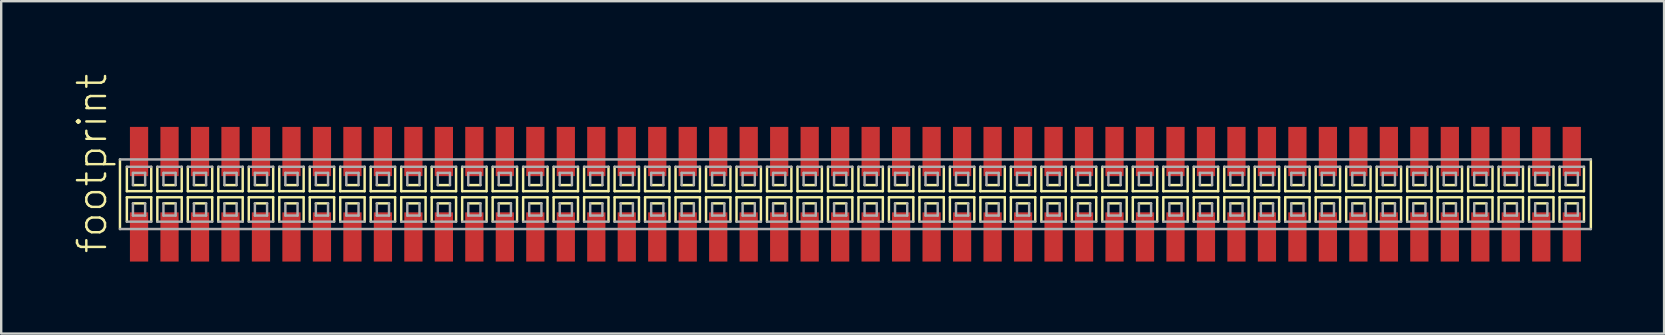
<source format=kicad_pcb>
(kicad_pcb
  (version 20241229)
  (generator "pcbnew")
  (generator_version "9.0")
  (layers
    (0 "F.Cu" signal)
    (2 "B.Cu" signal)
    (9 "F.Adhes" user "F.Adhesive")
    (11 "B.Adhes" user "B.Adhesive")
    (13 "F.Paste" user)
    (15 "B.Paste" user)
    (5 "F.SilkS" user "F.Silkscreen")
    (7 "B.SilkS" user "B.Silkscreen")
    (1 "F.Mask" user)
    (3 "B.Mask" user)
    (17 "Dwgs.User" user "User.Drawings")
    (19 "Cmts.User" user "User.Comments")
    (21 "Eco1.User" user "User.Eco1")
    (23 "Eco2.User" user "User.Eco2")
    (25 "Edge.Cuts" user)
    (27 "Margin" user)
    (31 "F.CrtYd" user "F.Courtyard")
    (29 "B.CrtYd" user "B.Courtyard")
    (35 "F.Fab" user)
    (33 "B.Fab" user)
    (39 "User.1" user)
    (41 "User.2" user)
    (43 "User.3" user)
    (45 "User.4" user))
  (footprint "footprint"
    (layer "F.Cu")
    (at 32.588 5.042)
    (property "Reference" "footprint" (at -31.115 2.54 90) (layer "F.SilkS") (effects (font (size 1.168 1.168) (thickness 0.102)) (justify left bottom)))
    (fp_line (start -30.64 -1.45) (end -30.64 1.45) (stroke (width 0.102) (type solid)) (layer "F.SilkS"))
    (fp_line (start -30.353 -1.143) (end -30.353 -0.127) (stroke (width 0.102) (type solid)) (layer "F.SilkS"))
    (fp_line (start -30.353 -0.127) (end -29.337 -0.127) (stroke (width 0.102) (type solid)) (layer "F.SilkS"))
    (fp_line (start -30.353 0.127) (end -30.353 1.143) (stroke (width 0.102) (type solid)) (layer "F.SilkS"))
    (fp_line (start -30.099 -0.381) (end -29.591 -0.381) (stroke (width 0.102) (type solid)) (layer "F.SilkS"))
    (fp_line (start -29.591 0.381) (end -30.099 0.381) (stroke (width 0.102) (type solid)) (layer "F.SilkS"))
    (fp_line (start -29.337 -0.127) (end -29.337 -1.143) (stroke (width 0.102) (type solid)) (layer "F.SilkS"))
    (fp_line (start -29.337 0.127) (end -30.353 0.127) (stroke (width 0.102) (type solid)) (layer "F.SilkS"))
    (fp_line (start -29.337 1.143) (end -29.337 0.127) (stroke (width 0.102) (type solid)) (layer "F.SilkS"))
    (fp_line (start -29.083 -1.143) (end -29.083 -0.127) (stroke (width 0.102) (type solid)) (layer "F.SilkS"))
    (fp_line (start -29.083 -0.127) (end -28.067 -0.127) (stroke (width 0.102) (type solid)) (layer "F.SilkS"))
    (fp_line (start -29.083 0.127) (end -29.083 1.143) (stroke (width 0.102) (type solid)) (layer "F.SilkS"))
    (fp_line (start -28.829 -0.381) (end -28.321 -0.381) (stroke (width 0.102) (type solid)) (layer "F.SilkS"))
    (fp_line (start -28.321 0.381) (end -28.829 0.381) (stroke (width 0.102) (type solid)) (layer "F.SilkS"))
    (fp_line (start -28.067 -0.127) (end -28.067 -1.143) (stroke (width 0.102) (type solid)) (layer "F.SilkS"))
    (fp_line (start -28.067 0.127) (end -29.083 0.127) (stroke (width 0.102) (type solid)) (layer "F.SilkS"))
    (fp_line (start -28.067 1.143) (end -28.067 0.127) (stroke (width 0.102) (type solid)) (layer "F.SilkS"))
    (fp_line (start -27.813 -1.143) (end -27.813 -0.127) (stroke (width 0.102) (type solid)) (layer "F.SilkS"))
    (fp_line (start -27.813 -0.127) (end -26.797 -0.127) (stroke (width 0.102) (type solid)) (layer "F.SilkS"))
    (fp_line (start -27.813 0.127) (end -27.813 1.143) (stroke (width 0.102) (type solid)) (layer "F.SilkS"))
    (fp_line (start -27.559 -0.381) (end -27.051 -0.381) (stroke (width 0.102) (type solid)) (layer "F.SilkS"))
    (fp_line (start -27.051 0.381) (end -27.559 0.381) (stroke (width 0.102) (type solid)) (layer "F.SilkS"))
    (fp_line (start -26.797 -0.127) (end -26.797 -1.143) (stroke (width 0.102) (type solid)) (layer "F.SilkS"))
    (fp_line (start -26.797 0.127) (end -27.813 0.127) (stroke (width 0.102) (type solid)) (layer "F.SilkS"))
    (fp_line (start -26.797 1.143) (end -26.797 0.127) (stroke (width 0.102) (type solid)) (layer "F.SilkS"))
    (fp_line (start -26.543 -1.143) (end -26.543 -0.127) (stroke (width 0.102) (type solid)) (layer "F.SilkS"))
    (fp_line (start -26.543 -0.127) (end -25.527 -0.127) (stroke (width 0.102) (type solid)) (layer "F.SilkS"))
    (fp_line (start -26.543 0.127) (end -26.543 1.143) (stroke (width 0.102) (type solid)) (layer "F.SilkS"))
    (fp_line (start -26.289 -0.381) (end -25.781 -0.381) (stroke (width 0.102) (type solid)) (layer "F.SilkS"))
    (fp_line (start -25.781 0.381) (end -26.289 0.381) (stroke (width 0.102) (type solid)) (layer "F.SilkS"))
    (fp_line (start -25.527 -0.127) (end -25.527 -1.143) (stroke (width 0.102) (type solid)) (layer "F.SilkS"))
    (fp_line (start -25.527 0.127) (end -26.543 0.127) (stroke (width 0.102) (type solid)) (layer "F.SilkS"))
    (fp_line (start -25.527 1.143) (end -25.527 0.127) (stroke (width 0.102) (type solid)) (layer "F.SilkS"))
    (fp_line (start -25.273 -1.143) (end -25.273 -0.127) (stroke (width 0.102) (type solid)) (layer "F.SilkS"))
    (fp_line (start -25.273 -0.127) (end -24.257 -0.127) (stroke (width 0.102) (type solid)) (layer "F.SilkS"))
    (fp_line (start -25.273 0.127) (end -25.273 1.143) (stroke (width 0.102) (type solid)) (layer "F.SilkS"))
    (fp_line (start -25.019 -0.381) (end -24.511 -0.381) (stroke (width 0.102) (type solid)) (layer "F.SilkS"))
    (fp_line (start -24.511 0.381) (end -25.019 0.381) (stroke (width 0.102) (type solid)) (layer "F.SilkS"))
    (fp_line (start -24.257 -0.127) (end -24.257 -1.143) (stroke (width 0.102) (type solid)) (layer "F.SilkS"))
    (fp_line (start -24.257 0.127) (end -25.273 0.127) (stroke (width 0.102) (type solid)) (layer "F.SilkS"))
    (fp_line (start -24.257 1.143) (end -24.257 0.127) (stroke (width 0.102) (type solid)) (layer "F.SilkS"))
    (fp_line (start -24.003 -1.143) (end -24.003 -0.127) (stroke (width 0.102) (type solid)) (layer "F.SilkS"))
    (fp_line (start -24.003 -0.127) (end -22.987 -0.127) (stroke (width 0.102) (type solid)) (layer "F.SilkS"))
    (fp_line (start -24.003 0.127) (end -24.003 1.143) (stroke (width 0.102) (type solid)) (layer "F.SilkS"))
    (fp_line (start -23.749 -0.381) (end -23.241 -0.381) (stroke (width 0.102) (type solid)) (layer "F.SilkS"))
    (fp_line (start -23.241 0.381) (end -23.749 0.381) (stroke (width 0.102) (type solid)) (layer "F.SilkS"))
    (fp_line (start -22.987 -0.127) (end -22.987 -1.143) (stroke (width 0.102) (type solid)) (layer "F.SilkS"))
    (fp_line (start -22.987 0.127) (end -24.003 0.127) (stroke (width 0.102) (type solid)) (layer "F.SilkS"))
    (fp_line (start -22.987 1.143) (end -22.987 0.127) (stroke (width 0.102) (type solid)) (layer "F.SilkS"))
    (fp_line (start -22.733 -1.143) (end -22.733 -0.127) (stroke (width 0.102) (type solid)) (layer "F.SilkS"))
    (fp_line (start -22.733 -0.127) (end -21.717 -0.127) (stroke (width 0.102) (type solid)) (layer "F.SilkS"))
    (fp_line (start -22.733 0.127) (end -22.733 1.143) (stroke (width 0.102) (type solid)) (layer "F.SilkS"))
    (fp_line (start -22.479 -0.381) (end -21.971 -0.381) (stroke (width 0.102) (type solid)) (layer "F.SilkS"))
    (fp_line (start -21.971 0.381) (end -22.479 0.381) (stroke (width 0.102) (type solid)) (layer "F.SilkS"))
    (fp_line (start -21.717 -0.127) (end -21.717 -1.143) (stroke (width 0.102) (type solid)) (layer "F.SilkS"))
    (fp_line (start -21.717 0.127) (end -22.733 0.127) (stroke (width 0.102) (type solid)) (layer "F.SilkS"))
    (fp_line (start -21.717 1.143) (end -21.717 0.127) (stroke (width 0.102) (type solid)) (layer "F.SilkS"))
    (fp_line (start -21.463 -1.143) (end -21.463 -0.127) (stroke (width 0.102) (type solid)) (layer "F.SilkS"))
    (fp_line (start -21.463 -0.127) (end -20.447 -0.127) (stroke (width 0.102) (type solid)) (layer "F.SilkS"))
    (fp_line (start -21.463 0.127) (end -21.463 1.143) (stroke (width 0.102) (type solid)) (layer "F.SilkS"))
    (fp_line (start -21.209 -0.381) (end -20.701 -0.381) (stroke (width 0.102) (type solid)) (layer "F.SilkS"))
    (fp_line (start -20.701 0.381) (end -21.209 0.381) (stroke (width 0.102) (type solid)) (layer "F.SilkS"))
    (fp_line (start -20.447 -0.127) (end -20.447 -1.143) (stroke (width 0.102) (type solid)) (layer "F.SilkS"))
    (fp_line (start -20.447 0.127) (end -21.463 0.127) (stroke (width 0.102) (type solid)) (layer "F.SilkS"))
    (fp_line (start -20.447 1.143) (end -20.447 0.127) (stroke (width 0.102) (type solid)) (layer "F.SilkS"))
    (fp_line (start -20.193 -1.143) (end -20.193 -0.127) (stroke (width 0.102) (type solid)) (layer "F.SilkS"))
    (fp_line (start -20.193 -0.127) (end -19.177 -0.127) (stroke (width 0.102) (type solid)) (layer "F.SilkS"))
    (fp_line (start -20.193 0.127) (end -20.193 1.143) (stroke (width 0.102) (type solid)) (layer "F.SilkS"))
    (fp_line (start -19.939 -0.381) (end -19.431 -0.381) (stroke (width 0.102) (type solid)) (layer "F.SilkS"))
    (fp_line (start -19.431 0.381) (end -19.939 0.381) (stroke (width 0.102) (type solid)) (layer "F.SilkS"))
    (fp_line (start -19.177 -0.127) (end -19.177 -1.143) (stroke (width 0.102) (type solid)) (layer "F.SilkS"))
    (fp_line (start -19.177 0.127) (end -20.193 0.127) (stroke (width 0.102) (type solid)) (layer "F.SilkS"))
    (fp_line (start -19.177 1.143) (end -19.177 0.127) (stroke (width 0.102) (type solid)) (layer "F.SilkS"))
    (fp_line (start -18.923 -1.143) (end -18.923 -0.127) (stroke (width 0.102) (type solid)) (layer "F.SilkS"))
    (fp_line (start -18.923 -0.127) (end -17.907 -0.127) (stroke (width 0.102) (type solid)) (layer "F.SilkS"))
    (fp_line (start -18.923 0.127) (end -18.923 1.143) (stroke (width 0.102) (type solid)) (layer "F.SilkS"))
    (fp_line (start -18.669 -0.381) (end -18.161 -0.381) (stroke (width 0.102) (type solid)) (layer "F.SilkS"))
    (fp_line (start -18.161 0.381) (end -18.669 0.381) (stroke (width 0.102) (type solid)) (layer "F.SilkS"))
    (fp_line (start -17.907 -0.127) (end -17.907 -1.143) (stroke (width 0.102) (type solid)) (layer "F.SilkS"))
    (fp_line (start -17.907 0.127) (end -18.923 0.127) (stroke (width 0.102) (type solid)) (layer "F.SilkS"))
    (fp_line (start -17.907 1.143) (end -17.907 0.127) (stroke (width 0.102) (type solid)) (layer "F.SilkS"))
    (fp_line (start -17.653 -1.143) (end -17.653 -0.127) (stroke (width 0.102) (type solid)) (layer "F.SilkS"))
    (fp_line (start -17.653 -0.127) (end -16.637 -0.127) (stroke (width 0.102) (type solid)) (layer "F.SilkS"))
    (fp_line (start -17.653 0.127) (end -17.653 1.143) (stroke (width 0.102) (type solid)) (layer "F.SilkS"))
    (fp_line (start -17.399 -0.381) (end -16.891 -0.381) (stroke (width 0.102) (type solid)) (layer "F.SilkS"))
    (fp_line (start -16.891 0.381) (end -17.399 0.381) (stroke (width 0.102) (type solid)) (layer "F.SilkS"))
    (fp_line (start -16.637 -0.127) (end -16.637 -1.143) (stroke (width 0.102) (type solid)) (layer "F.SilkS"))
    (fp_line (start -16.637 0.127) (end -17.653 0.127) (stroke (width 0.102) (type solid)) (layer "F.SilkS"))
    (fp_line (start -16.637 1.143) (end -16.637 0.127) (stroke (width 0.102) (type solid)) (layer "F.SilkS"))
    (fp_line (start -16.383 -1.143) (end -16.383 -0.127) (stroke (width 0.102) (type solid)) (layer "F.SilkS"))
    (fp_line (start -16.383 -0.127) (end -15.367 -0.127) (stroke (width 0.102) (type solid)) (layer "F.SilkS"))
    (fp_line (start -16.383 0.127) (end -16.383 1.143) (stroke (width 0.102) (type solid)) (layer "F.SilkS"))
    (fp_line (start -16.129 -0.381) (end -15.621 -0.381) (stroke (width 0.102) (type solid)) (layer "F.SilkS"))
    (fp_line (start -15.621 0.381) (end -16.129 0.381) (stroke (width 0.102) (type solid)) (layer "F.SilkS"))
    (fp_line (start -15.367 -0.127) (end -15.367 -1.143) (stroke (width 0.102) (type solid)) (layer "F.SilkS"))
    (fp_line (start -15.367 0.127) (end -16.383 0.127) (stroke (width 0.102) (type solid)) (layer "F.SilkS"))
    (fp_line (start -15.367 1.143) (end -15.367 0.127) (stroke (width 0.102) (type solid)) (layer "F.SilkS"))
    (fp_line (start -15.113 -1.143) (end -15.113 -0.127) (stroke (width 0.102) (type solid)) (layer "F.SilkS"))
    (fp_line (start -15.113 -0.127) (end -14.097 -0.127) (stroke (width 0.102) (type solid)) (layer "F.SilkS"))
    (fp_line (start -15.113 0.127) (end -15.113 1.143) (stroke (width 0.102) (type solid)) (layer "F.SilkS"))
    (fp_line (start -14.859 -0.381) (end -14.351 -0.381) (stroke (width 0.102) (type solid)) (layer "F.SilkS"))
    (fp_line (start -14.351 0.381) (end -14.859 0.381) (stroke (width 0.102) (type solid)) (layer "F.SilkS"))
    (fp_line (start -14.097 -0.127) (end -14.097 -1.143) (stroke (width 0.102) (type solid)) (layer "F.SilkS"))
    (fp_line (start -14.097 0.127) (end -15.113 0.127) (stroke (width 0.102) (type solid)) (layer "F.SilkS"))
    (fp_line (start -14.097 1.143) (end -14.097 0.127) (stroke (width 0.102) (type solid)) (layer "F.SilkS"))
    (fp_line (start -13.843 -1.143) (end -13.843 -0.127) (stroke (width 0.102) (type solid)) (layer "F.SilkS"))
    (fp_line (start -13.843 -0.127) (end -12.827 -0.127) (stroke (width 0.102) (type solid)) (layer "F.SilkS"))
    (fp_line (start -13.843 0.127) (end -13.843 1.143) (stroke (width 0.102) (type solid)) (layer "F.SilkS"))
    (fp_line (start -13.589 -0.381) (end -13.081 -0.381) (stroke (width 0.102) (type solid)) (layer "F.SilkS"))
    (fp_line (start -13.081 0.381) (end -13.589 0.381) (stroke (width 0.102) (type solid)) (layer "F.SilkS"))
    (fp_line (start -12.827 -0.127) (end -12.827 -1.143) (stroke (width 0.102) (type solid)) (layer "F.SilkS"))
    (fp_line (start -12.827 0.127) (end -13.843 0.127) (stroke (width 0.102) (type solid)) (layer "F.SilkS"))
    (fp_line (start -12.827 1.143) (end -12.827 0.127) (stroke (width 0.102) (type solid)) (layer "F.SilkS"))
    (fp_line (start -12.573 -1.143) (end -12.573 -0.127) (stroke (width 0.102) (type solid)) (layer "F.SilkS"))
    (fp_line (start -12.573 -0.127) (end -11.557 -0.127) (stroke (width 0.102) (type solid)) (layer "F.SilkS"))
    (fp_line (start -12.573 0.127) (end -12.573 1.143) (stroke (width 0.102) (type solid)) (layer "F.SilkS"))
    (fp_line (start -12.319 -0.381) (end -11.811 -0.381) (stroke (width 0.102) (type solid)) (layer "F.SilkS"))
    (fp_line (start -11.811 0.381) (end -12.319 0.381) (stroke (width 0.102) (type solid)) (layer "F.SilkS"))
    (fp_line (start -11.557 -0.127) (end -11.557 -1.143) (stroke (width 0.102) (type solid)) (layer "F.SilkS"))
    (fp_line (start -11.557 0.127) (end -12.573 0.127) (stroke (width 0.102) (type solid)) (layer "F.SilkS"))
    (fp_line (start -11.557 1.143) (end -11.557 0.127) (stroke (width 0.102) (type solid)) (layer "F.SilkS"))
    (fp_line (start -11.303 -1.143) (end -11.303 -0.127) (stroke (width 0.102) (type solid)) (layer "F.SilkS"))
    (fp_line (start -11.303 -0.127) (end -10.287 -0.127) (stroke (width 0.102) (type solid)) (layer "F.SilkS"))
    (fp_line (start -11.303 0.127) (end -11.303 1.143) (stroke (width 0.102) (type solid)) (layer "F.SilkS"))
    (fp_line (start -11.049 -0.381) (end -10.541 -0.381) (stroke (width 0.102) (type solid)) (layer "F.SilkS"))
    (fp_line (start -10.541 0.381) (end -11.049 0.381) (stroke (width 0.102) (type solid)) (layer "F.SilkS"))
    (fp_line (start -10.287 -0.127) (end -10.287 -1.143) (stroke (width 0.102) (type solid)) (layer "F.SilkS"))
    (fp_line (start -10.287 0.127) (end -11.303 0.127) (stroke (width 0.102) (type solid)) (layer "F.SilkS"))
    (fp_line (start -10.287 1.143) (end -10.287 0.127) (stroke (width 0.102) (type solid)) (layer "F.SilkS"))
    (fp_line (start -10.033 -1.143) (end -10.033 -0.127) (stroke (width 0.102) (type solid)) (layer "F.SilkS"))
    (fp_line (start -10.033 -0.127) (end -9.017 -0.127) (stroke (width 0.102) (type solid)) (layer "F.SilkS"))
    (fp_line (start -10.033 0.127) (end -10.033 1.143) (stroke (width 0.102) (type solid)) (layer "F.SilkS"))
    (fp_line (start -9.779 -0.381) (end -9.271 -0.381) (stroke (width 0.102) (type solid)) (layer "F.SilkS"))
    (fp_line (start -9.271 0.381) (end -9.779 0.381) (stroke (width 0.102) (type solid)) (layer "F.SilkS"))
    (fp_line (start -9.017 -0.127) (end -9.017 -1.143) (stroke (width 0.102) (type solid)) (layer "F.SilkS"))
    (fp_line (start -9.017 0.127) (end -10.033 0.127) (stroke (width 0.102) (type solid)) (layer "F.SilkS"))
    (fp_line (start -9.017 1.143) (end -9.017 0.127) (stroke (width 0.102) (type solid)) (layer "F.SilkS"))
    (fp_line (start -8.763 -1.143) (end -8.763 -0.127) (stroke (width 0.102) (type solid)) (layer "F.SilkS"))
    (fp_line (start -8.763 -0.127) (end -7.747 -0.127) (stroke (width 0.102) (type solid)) (layer "F.SilkS"))
    (fp_line (start -8.763 0.127) (end -8.763 1.143) (stroke (width 0.102) (type solid)) (layer "F.SilkS"))
    (fp_line (start -8.509 -0.381) (end -8.001 -0.381) (stroke (width 0.102) (type solid)) (layer "F.SilkS"))
    (fp_line (start -8.001 0.381) (end -8.509 0.381) (stroke (width 0.102) (type solid)) (layer "F.SilkS"))
    (fp_line (start -7.747 -0.127) (end -7.747 -1.143) (stroke (width 0.102) (type solid)) (layer "F.SilkS"))
    (fp_line (start -7.747 0.127) (end -8.763 0.127) (stroke (width 0.102) (type solid)) (layer "F.SilkS"))
    (fp_line (start -7.747 1.143) (end -7.747 0.127) (stroke (width 0.102) (type solid)) (layer "F.SilkS"))
    (fp_line (start -7.493 -1.143) (end -7.493 -0.127) (stroke (width 0.102) (type solid)) (layer "F.SilkS"))
    (fp_line (start -7.493 -0.127) (end -6.477 -0.127) (stroke (width 0.102) (type solid)) (layer "F.SilkS"))
    (fp_line (start -7.493 0.127) (end -7.493 1.143) (stroke (width 0.102) (type solid)) (layer "F.SilkS"))
    (fp_line (start -7.239 -0.381) (end -6.731 -0.381) (stroke (width 0.102) (type solid)) (layer "F.SilkS"))
    (fp_line (start -6.731 0.381) (end -7.239 0.381) (stroke (width 0.102) (type solid)) (layer "F.SilkS"))
    (fp_line (start -6.477 -0.127) (end -6.477 -1.143) (stroke (width 0.102) (type solid)) (layer "F.SilkS"))
    (fp_line (start -6.477 0.127) (end -7.493 0.127) (stroke (width 0.102) (type solid)) (layer "F.SilkS"))
    (fp_line (start -6.477 1.143) (end -6.477 0.127) (stroke (width 0.102) (type solid)) (layer "F.SilkS"))
    (fp_line (start -6.223 -1.143) (end -6.223 -0.127) (stroke (width 0.102) (type solid)) (layer "F.SilkS"))
    (fp_line (start -6.223 -0.127) (end -5.207 -0.127) (stroke (width 0.102) (type solid)) (layer "F.SilkS"))
    (fp_line (start -6.223 0.127) (end -6.223 1.143) (stroke (width 0.102) (type solid)) (layer "F.SilkS"))
    (fp_line (start -5.969 -0.381) (end -5.461 -0.381) (stroke (width 0.102) (type solid)) (layer "F.SilkS"))
    (fp_line (start -5.461 0.381) (end -5.969 0.381) (stroke (width 0.102) (type solid)) (layer "F.SilkS"))
    (fp_line (start -5.207 -0.127) (end -5.207 -1.143) (stroke (width 0.102) (type solid)) (layer "F.SilkS"))
    (fp_line (start -5.207 0.127) (end -6.223 0.127) (stroke (width 0.102) (type solid)) (layer "F.SilkS"))
    (fp_line (start -5.207 1.143) (end -5.207 0.127) (stroke (width 0.102) (type solid)) (layer "F.SilkS"))
    (fp_line (start -4.953 -1.143) (end -4.953 -0.127) (stroke (width 0.102) (type solid)) (layer "F.SilkS"))
    (fp_line (start -4.953 -0.127) (end -3.937 -0.127) (stroke (width 0.102) (type solid)) (layer "F.SilkS"))
    (fp_line (start -4.953 0.127) (end -4.953 1.143) (stroke (width 0.102) (type solid)) (layer "F.SilkS"))
    (fp_line (start -4.699 -0.381) (end -4.191 -0.381) (stroke (width 0.102) (type solid)) (layer "F.SilkS"))
    (fp_line (start -4.191 0.381) (end -4.699 0.381) (stroke (width 0.102) (type solid)) (layer "F.SilkS"))
    (fp_line (start -3.937 -0.127) (end -3.937 -1.143) (stroke (width 0.102) (type solid)) (layer "F.SilkS"))
    (fp_line (start -3.937 0.127) (end -4.953 0.127) (stroke (width 0.102) (type solid)) (layer "F.SilkS"))
    (fp_line (start -3.937 1.143) (end -3.937 0.127) (stroke (width 0.102) (type solid)) (layer "F.SilkS"))
    (fp_line (start -3.683 -1.143) (end -3.683 -0.127) (stroke (width 0.102) (type solid)) (layer "F.SilkS"))
    (fp_line (start -3.683 -0.127) (end -2.667 -0.127) (stroke (width 0.102) (type solid)) (layer "F.SilkS"))
    (fp_line (start -3.683 0.127) (end -3.683 1.143) (stroke (width 0.102) (type solid)) (layer "F.SilkS"))
    (fp_line (start -3.429 -0.381) (end -2.921 -0.381) (stroke (width 0.102) (type solid)) (layer "F.SilkS"))
    (fp_line (start -2.921 0.381) (end -3.429 0.381) (stroke (width 0.102) (type solid)) (layer "F.SilkS"))
    (fp_line (start -2.667 -0.127) (end -2.667 -1.143) (stroke (width 0.102) (type solid)) (layer "F.SilkS"))
    (fp_line (start -2.667 0.127) (end -3.683 0.127) (stroke (width 0.102) (type solid)) (layer "F.SilkS"))
    (fp_line (start -2.667 1.143) (end -2.667 0.127) (stroke (width 0.102) (type solid)) (layer "F.SilkS"))
    (fp_line (start -2.413 -1.143) (end -2.413 -0.127) (stroke (width 0.102) (type solid)) (layer "F.SilkS"))
    (fp_line (start -2.413 -0.127) (end -1.397 -0.127) (stroke (width 0.102) (type solid)) (layer "F.SilkS"))
    (fp_line (start -2.413 0.127) (end -2.413 1.143) (stroke (width 0.102) (type solid)) (layer "F.SilkS"))
    (fp_line (start -2.159 -0.381) (end -1.651 -0.381) (stroke (width 0.102) (type solid)) (layer "F.SilkS"))
    (fp_line (start -1.651 0.381) (end -2.159 0.381) (stroke (width 0.102) (type solid)) (layer "F.SilkS"))
    (fp_line (start -1.397 -0.127) (end -1.397 -1.143) (stroke (width 0.102) (type solid)) (layer "F.SilkS"))
    (fp_line (start -1.397 0.127) (end -2.413 0.127) (stroke (width 0.102) (type solid)) (layer "F.SilkS"))
    (fp_line (start -1.397 1.143) (end -1.397 0.127) (stroke (width 0.102) (type solid)) (layer "F.SilkS"))
    (fp_line (start -1.143 -1.143) (end -1.143 -0.127) (stroke (width 0.102) (type solid)) (layer "F.SilkS"))
    (fp_line (start -1.143 -0.127) (end -0.127 -0.127) (stroke (width 0.102) (type solid)) (layer "F.SilkS"))
    (fp_line (start -1.143 0.127) (end -1.143 1.143) (stroke (width 0.102) (type solid)) (layer "F.SilkS"))
    (fp_line (start -0.889 -0.381) (end -0.381 -0.381) (stroke (width 0.102) (type solid)) (layer "F.SilkS"))
    (fp_line (start -0.381 0.381) (end -0.889 0.381) (stroke (width 0.102) (type solid)) (layer "F.SilkS"))
    (fp_line (start -0.127 -0.127) (end -0.127 -1.143) (stroke (width 0.102) (type solid)) (layer "F.SilkS"))
    (fp_line (start -0.127 0.127) (end -1.143 0.127) (stroke (width 0.102) (type solid)) (layer "F.SilkS"))
    (fp_line (start -0.127 1.143) (end -0.127 0.127) (stroke (width 0.102) (type solid)) (layer "F.SilkS"))
    (fp_line (start 0.127 -1.143) (end 0.127 -0.127) (stroke (width 0.102) (type solid)) (layer "F.SilkS"))
    (fp_line (start 0.127 -0.127) (end 1.143 -0.127) (stroke (width 0.102) (type solid)) (layer "F.SilkS"))
    (fp_line (start 0.127 0.127) (end 0.127 1.143) (stroke (width 0.102) (type solid)) (layer "F.SilkS"))
    (fp_line (start 0.381 -0.381) (end 0.889 -0.381) (stroke (width 0.102) (type solid)) (layer "F.SilkS"))
    (fp_line (start 0.889 0.381) (end 0.381 0.381) (stroke (width 0.102) (type solid)) (layer "F.SilkS"))
    (fp_line (start 1.143 -0.127) (end 1.143 -1.143) (stroke (width 0.102) (type solid)) (layer "F.SilkS"))
    (fp_line (start 1.143 0.127) (end 0.127 0.127) (stroke (width 0.102) (type solid)) (layer "F.SilkS"))
    (fp_line (start 1.143 1.143) (end 1.143 0.127) (stroke (width 0.102) (type solid)) (layer "F.SilkS"))
    (fp_line (start 1.397 -1.143) (end 1.397 -0.127) (stroke (width 0.102) (type solid)) (layer "F.SilkS"))
    (fp_line (start 1.397 -0.127) (end 2.413 -0.127) (stroke (width 0.102) (type solid)) (layer "F.SilkS"))
    (fp_line (start 1.397 0.127) (end 1.397 1.143) (stroke (width 0.102) (type solid)) (layer "F.SilkS"))
    (fp_line (start 1.651 -0.381) (end 2.159 -0.381) (stroke (width 0.102) (type solid)) (layer "F.SilkS"))
    (fp_line (start 2.159 0.381) (end 1.651 0.381) (stroke (width 0.102) (type solid)) (layer "F.SilkS"))
    (fp_line (start 2.413 -0.127) (end 2.413 -1.143) (stroke (width 0.102) (type solid)) (layer "F.SilkS"))
    (fp_line (start 2.413 0.127) (end 1.397 0.127) (stroke (width 0.102) (type solid)) (layer "F.SilkS"))
    (fp_line (start 2.413 1.143) (end 2.413 0.127) (stroke (width 0.102) (type solid)) (layer "F.SilkS"))
    (fp_line (start 2.667 -1.143) (end 2.667 -0.127) (stroke (width 0.102) (type solid)) (layer "F.SilkS"))
    (fp_line (start 2.667 -0.127) (end 3.683 -0.127) (stroke (width 0.102) (type solid)) (layer "F.SilkS"))
    (fp_line (start 2.667 0.127) (end 2.667 1.143) (stroke (width 0.102) (type solid)) (layer "F.SilkS"))
    (fp_line (start 2.921 -0.381) (end 3.429 -0.381) (stroke (width 0.102) (type solid)) (layer "F.SilkS"))
    (fp_line (start 3.429 0.381) (end 2.921 0.381) (stroke (width 0.102) (type solid)) (layer "F.SilkS"))
    (fp_line (start 3.683 -0.127) (end 3.683 -1.143) (stroke (width 0.102) (type solid)) (layer "F.SilkS"))
    (fp_line (start 3.683 0.127) (end 2.667 0.127) (stroke (width 0.102) (type solid)) (layer "F.SilkS"))
    (fp_line (start 3.683 1.143) (end 3.683 0.127) (stroke (width 0.102) (type solid)) (layer "F.SilkS"))
    (fp_line (start 3.937 -1.143) (end 3.937 -0.127) (stroke (width 0.102) (type solid)) (layer "F.SilkS"))
    (fp_line (start 3.937 -0.127) (end 4.953 -0.127) (stroke (width 0.102) (type solid)) (layer "F.SilkS"))
    (fp_line (start 3.937 0.127) (end 3.937 1.143) (stroke (width 0.102) (type solid)) (layer "F.SilkS"))
    (fp_line (start 4.191 -0.381) (end 4.699 -0.381) (stroke (width 0.102) (type solid)) (layer "F.SilkS"))
    (fp_line (start 4.699 0.381) (end 4.191 0.381) (stroke (width 0.102) (type solid)) (layer "F.SilkS"))
    (fp_line (start 4.953 -0.127) (end 4.953 -1.143) (stroke (width 0.102) (type solid)) (layer "F.SilkS"))
    (fp_line (start 4.953 0.127) (end 3.937 0.127) (stroke (width 0.102) (type solid)) (layer "F.SilkS"))
    (fp_line (start 4.953 1.143) (end 4.953 0.127) (stroke (width 0.102) (type solid)) (layer "F.SilkS"))
    (fp_line (start 5.207 -1.143) (end 5.207 -0.127) (stroke (width 0.102) (type solid)) (layer "F.SilkS"))
    (fp_line (start 5.207 -0.127) (end 6.223 -0.127) (stroke (width 0.102) (type solid)) (layer "F.SilkS"))
    (fp_line (start 5.207 0.127) (end 5.207 1.143) (stroke (width 0.102) (type solid)) (layer "F.SilkS"))
    (fp_line (start 5.461 -0.381) (end 5.969 -0.381) (stroke (width 0.102) (type solid)) (layer "F.SilkS"))
    (fp_line (start 5.969 0.381) (end 5.461 0.381) (stroke (width 0.102) (type solid)) (layer "F.SilkS"))
    (fp_line (start 6.223 -0.127) (end 6.223 -1.143) (stroke (width 0.102) (type solid)) (layer "F.SilkS"))
    (fp_line (start 6.223 0.127) (end 5.207 0.127) (stroke (width 0.102) (type solid)) (layer "F.SilkS"))
    (fp_line (start 6.223 1.143) (end 6.223 0.127) (stroke (width 0.102) (type solid)) (layer "F.SilkS"))
    (fp_line (start 6.477 -1.143) (end 6.477 -0.127) (stroke (width 0.102) (type solid)) (layer "F.SilkS"))
    (fp_line (start 6.477 -0.127) (end 7.493 -0.127) (stroke (width 0.102) (type solid)) (layer "F.SilkS"))
    (fp_line (start 6.477 0.127) (end 6.477 1.143) (stroke (width 0.102) (type solid)) (layer "F.SilkS"))
    (fp_line (start 6.731 -0.381) (end 7.239 -0.381) (stroke (width 0.102) (type solid)) (layer "F.SilkS"))
    (fp_line (start 7.239 0.381) (end 6.731 0.381) (stroke (width 0.102) (type solid)) (layer "F.SilkS"))
    (fp_line (start 7.493 -0.127) (end 7.493 -1.143) (stroke (width 0.102) (type solid)) (layer "F.SilkS"))
    (fp_line (start 7.493 0.127) (end 6.477 0.127) (stroke (width 0.102) (type solid)) (layer "F.SilkS"))
    (fp_line (start 7.493 1.143) (end 7.493 0.127) (stroke (width 0.102) (type solid)) (layer "F.SilkS"))
    (fp_line (start 7.747 -1.143) (end 7.747 -0.127) (stroke (width 0.102) (type solid)) (layer "F.SilkS"))
    (fp_line (start 7.747 -0.127) (end 8.763 -0.127) (stroke (width 0.102) (type solid)) (layer "F.SilkS"))
    (fp_line (start 7.747 0.127) (end 7.747 1.143) (stroke (width 0.102) (type solid)) (layer "F.SilkS"))
    (fp_line (start 8.001 -0.381) (end 8.509 -0.381) (stroke (width 0.102) (type solid)) (layer "F.SilkS"))
    (fp_line (start 8.509 0.381) (end 8.001 0.381) (stroke (width 0.102) (type solid)) (layer "F.SilkS"))
    (fp_line (start 8.763 -0.127) (end 8.763 -1.143) (stroke (width 0.102) (type solid)) (layer "F.SilkS"))
    (fp_line (start 8.763 0.127) (end 7.747 0.127) (stroke (width 0.102) (type solid)) (layer "F.SilkS"))
    (fp_line (start 8.763 1.143) (end 8.763 0.127) (stroke (width 0.102) (type solid)) (layer "F.SilkS"))
    (fp_line (start 9.017 -1.143) (end 9.017 -0.127) (stroke (width 0.102) (type solid)) (layer "F.SilkS"))
    (fp_line (start 9.017 -0.127) (end 10.033 -0.127) (stroke (width 0.102) (type solid)) (layer "F.SilkS"))
    (fp_line (start 9.017 0.127) (end 9.017 1.143) (stroke (width 0.102) (type solid)) (layer "F.SilkS"))
    (fp_line (start 9.271 -0.381) (end 9.779 -0.381) (stroke (width 0.102) (type solid)) (layer "F.SilkS"))
    (fp_line (start 9.779 0.381) (end 9.271 0.381) (stroke (width 0.102) (type solid)) (layer "F.SilkS"))
    (fp_line (start 10.033 -0.127) (end 10.033 -1.143) (stroke (width 0.102) (type solid)) (layer "F.SilkS"))
    (fp_line (start 10.033 0.127) (end 9.017 0.127) (stroke (width 0.102) (type solid)) (layer "F.SilkS"))
    (fp_line (start 10.033 1.143) (end 10.033 0.127) (stroke (width 0.102) (type solid)) (layer "F.SilkS"))
    (fp_line (start 10.287 -1.143) (end 10.287 -0.127) (stroke (width 0.102) (type solid)) (layer "F.SilkS"))
    (fp_line (start 10.287 -0.127) (end 11.303 -0.127) (stroke (width 0.102) (type solid)) (layer "F.SilkS"))
    (fp_line (start 10.287 0.127) (end 10.287 1.143) (stroke (width 0.102) (type solid)) (layer "F.SilkS"))
    (fp_line (start 10.541 -0.381) (end 11.049 -0.381) (stroke (width 0.102) (type solid)) (layer "F.SilkS"))
    (fp_line (start 11.049 0.381) (end 10.541 0.381) (stroke (width 0.102) (type solid)) (layer "F.SilkS"))
    (fp_line (start 11.303 -0.127) (end 11.303 -1.143) (stroke (width 0.102) (type solid)) (layer "F.SilkS"))
    (fp_line (start 11.303 0.127) (end 10.287 0.127) (stroke (width 0.102) (type solid)) (layer "F.SilkS"))
    (fp_line (start 11.303 1.143) (end 11.303 0.127) (stroke (width 0.102) (type solid)) (layer "F.SilkS"))
    (fp_line (start 11.557 -1.143) (end 11.557 -0.127) (stroke (width 0.102) (type solid)) (layer "F.SilkS"))
    (fp_line (start 11.557 -0.127) (end 12.573 -0.127) (stroke (width 0.102) (type solid)) (layer "F.SilkS"))
    (fp_line (start 11.557 0.127) (end 11.557 1.143) (stroke (width 0.102) (type solid)) (layer "F.SilkS"))
    (fp_line (start 11.811 -0.381) (end 12.319 -0.381) (stroke (width 0.102) (type solid)) (layer "F.SilkS"))
    (fp_line (start 12.319 0.381) (end 11.811 0.381) (stroke (width 0.102) (type solid)) (layer "F.SilkS"))
    (fp_line (start 12.573 -0.127) (end 12.573 -1.143) (stroke (width 0.102) (type solid)) (layer "F.SilkS"))
    (fp_line (start 12.573 0.127) (end 11.557 0.127) (stroke (width 0.102) (type solid)) (layer "F.SilkS"))
    (fp_line (start 12.573 1.143) (end 12.573 0.127) (stroke (width 0.102) (type solid)) (layer "F.SilkS"))
    (fp_line (start 12.827 -1.143) (end 12.827 -0.127) (stroke (width 0.102) (type solid)) (layer "F.SilkS"))
    (fp_line (start 12.827 -0.127) (end 13.843 -0.127) (stroke (width 0.102) (type solid)) (layer "F.SilkS"))
    (fp_line (start 12.827 0.127) (end 12.827 1.143) (stroke (width 0.102) (type solid)) (layer "F.SilkS"))
    (fp_line (start 13.081 -0.381) (end 13.589 -0.381) (stroke (width 0.102) (type solid)) (layer "F.SilkS"))
    (fp_line (start 13.589 0.381) (end 13.081 0.381) (stroke (width 0.102) (type solid)) (layer "F.SilkS"))
    (fp_line (start 13.843 -0.127) (end 13.843 -1.143) (stroke (width 0.102) (type solid)) (layer "F.SilkS"))
    (fp_line (start 13.843 0.127) (end 12.827 0.127) (stroke (width 0.102) (type solid)) (layer "F.SilkS"))
    (fp_line (start 13.843 1.143) (end 13.843 0.127) (stroke (width 0.102) (type solid)) (layer "F.SilkS"))
    (fp_line (start 14.097 -1.143) (end 14.097 -0.127) (stroke (width 0.102) (type solid)) (layer "F.SilkS"))
    (fp_line (start 14.097 -0.127) (end 15.113 -0.127) (stroke (width 0.102) (type solid)) (layer "F.SilkS"))
    (fp_line (start 14.097 0.127) (end 14.097 1.143) (stroke (width 0.102) (type solid)) (layer "F.SilkS"))
    (fp_line (start 14.351 -0.381) (end 14.859 -0.381) (stroke (width 0.102) (type solid)) (layer "F.SilkS"))
    (fp_line (start 14.859 0.381) (end 14.351 0.381) (stroke (width 0.102) (type solid)) (layer "F.SilkS"))
    (fp_line (start 15.113 -0.127) (end 15.113 -1.143) (stroke (width 0.102) (type solid)) (layer "F.SilkS"))
    (fp_line (start 15.113 0.127) (end 14.097 0.127) (stroke (width 0.102) (type solid)) (layer "F.SilkS"))
    (fp_line (start 15.113 1.143) (end 15.113 0.127) (stroke (width 0.102) (type solid)) (layer "F.SilkS"))
    (fp_line (start 15.367 -1.143) (end 15.367 -0.127) (stroke (width 0.102) (type solid)) (layer "F.SilkS"))
    (fp_line (start 15.367 -0.127) (end 16.383 -0.127) (stroke (width 0.102) (type solid)) (layer "F.SilkS"))
    (fp_line (start 15.367 0.127) (end 15.367 1.143) (stroke (width 0.102) (type solid)) (layer "F.SilkS"))
    (fp_line (start 15.621 -0.381) (end 16.129 -0.381) (stroke (width 0.102) (type solid)) (layer "F.SilkS"))
    (fp_line (start 16.129 0.381) (end 15.621 0.381) (stroke (width 0.102) (type solid)) (layer "F.SilkS"))
    (fp_line (start 16.383 -0.127) (end 16.383 -1.143) (stroke (width 0.102) (type solid)) (layer "F.SilkS"))
    (fp_line (start 16.383 0.127) (end 15.367 0.127) (stroke (width 0.102) (type solid)) (layer "F.SilkS"))
    (fp_line (start 16.383 1.143) (end 16.383 0.127) (stroke (width 0.102) (type solid)) (layer "F.SilkS"))
    (fp_line (start 16.637 -1.143) (end 16.637 -0.127) (stroke (width 0.102) (type solid)) (layer "F.SilkS"))
    (fp_line (start 16.637 -0.127) (end 17.653 -0.127) (stroke (width 0.102) (type solid)) (layer "F.SilkS"))
    (fp_line (start 16.637 0.127) (end 16.637 1.143) (stroke (width 0.102) (type solid)) (layer "F.SilkS"))
    (fp_line (start 16.891 -0.381) (end 17.399 -0.381) (stroke (width 0.102) (type solid)) (layer "F.SilkS"))
    (fp_line (start 17.399 0.381) (end 16.891 0.381) (stroke (width 0.102) (type solid)) (layer "F.SilkS"))
    (fp_line (start 17.653 -0.127) (end 17.653 -1.143) (stroke (width 0.102) (type solid)) (layer "F.SilkS"))
    (fp_line (start 17.653 0.127) (end 16.637 0.127) (stroke (width 0.102) (type solid)) (layer "F.SilkS"))
    (fp_line (start 17.653 1.143) (end 17.653 0.127) (stroke (width 0.102) (type solid)) (layer "F.SilkS"))
    (fp_line (start 17.907 -1.143) (end 17.907 -0.127) (stroke (width 0.102) (type solid)) (layer "F.SilkS"))
    (fp_line (start 17.907 -0.127) (end 18.923 -0.127) (stroke (width 0.102) (type solid)) (layer "F.SilkS"))
    (fp_line (start 17.907 0.127) (end 17.907 1.143) (stroke (width 0.102) (type solid)) (layer "F.SilkS"))
    (fp_line (start 18.161 -0.381) (end 18.669 -0.381) (stroke (width 0.102) (type solid)) (layer "F.SilkS"))
    (fp_line (start 18.669 0.381) (end 18.161 0.381) (stroke (width 0.102) (type solid)) (layer "F.SilkS"))
    (fp_line (start 18.923 -0.127) (end 18.923 -1.143) (stroke (width 0.102) (type solid)) (layer "F.SilkS"))
    (fp_line (start 18.923 0.127) (end 17.907 0.127) (stroke (width 0.102) (type solid)) (layer "F.SilkS"))
    (fp_line (start 18.923 1.143) (end 18.923 0.127) (stroke (width 0.102) (type solid)) (layer "F.SilkS"))
    (fp_line (start 19.177 -1.143) (end 19.177 -0.127) (stroke (width 0.102) (type solid)) (layer "F.SilkS"))
    (fp_line (start 19.177 -0.127) (end 20.193 -0.127) (stroke (width 0.102) (type solid)) (layer "F.SilkS"))
    (fp_line (start 19.177 0.127) (end 19.177 1.143) (stroke (width 0.102) (type solid)) (layer "F.SilkS"))
    (fp_line (start 19.431 -0.381) (end 19.939 -0.381) (stroke (width 0.102) (type solid)) (layer "F.SilkS"))
    (fp_line (start 19.939 0.381) (end 19.431 0.381) (stroke (width 0.102) (type solid)) (layer "F.SilkS"))
    (fp_line (start 20.193 -0.127) (end 20.193 -1.143) (stroke (width 0.102) (type solid)) (layer "F.SilkS"))
    (fp_line (start 20.193 0.127) (end 19.177 0.127) (stroke (width 0.102) (type solid)) (layer "F.SilkS"))
    (fp_line (start 20.193 1.143) (end 20.193 0.127) (stroke (width 0.102) (type solid)) (layer "F.SilkS"))
    (fp_line (start 20.447 -1.143) (end 20.447 -0.127) (stroke (width 0.102) (type solid)) (layer "F.SilkS"))
    (fp_line (start 20.447 -0.127) (end 21.463 -0.127) (stroke (width 0.102) (type solid)) (layer "F.SilkS"))
    (fp_line (start 20.447 0.127) (end 20.447 1.143) (stroke (width 0.102) (type solid)) (layer "F.SilkS"))
    (fp_line (start 20.701 -0.381) (end 21.209 -0.381) (stroke (width 0.102) (type solid)) (layer "F.SilkS"))
    (fp_line (start 21.209 0.381) (end 20.701 0.381) (stroke (width 0.102) (type solid)) (layer "F.SilkS"))
    (fp_line (start 21.463 -0.127) (end 21.463 -1.143) (stroke (width 0.102) (type solid)) (layer "F.SilkS"))
    (fp_line (start 21.463 0.127) (end 20.447 0.127) (stroke (width 0.102) (type solid)) (layer "F.SilkS"))
    (fp_line (start 21.463 1.143) (end 21.463 0.127) (stroke (width 0.102) (type solid)) (layer "F.SilkS"))
    (fp_line (start 21.717 -1.143) (end 21.717 -0.127) (stroke (width 0.102) (type solid)) (layer "F.SilkS"))
    (fp_line (start 21.717 -0.127) (end 22.733 -0.127) (stroke (width 0.102) (type solid)) (layer "F.SilkS"))
    (fp_line (start 21.717 0.127) (end 21.717 1.143) (stroke (width 0.102) (type solid)) (layer "F.SilkS"))
    (fp_line (start 21.971 -0.381) (end 22.479 -0.381) (stroke (width 0.102) (type solid)) (layer "F.SilkS"))
    (fp_line (start 22.479 0.381) (end 21.971 0.381) (stroke (width 0.102) (type solid)) (layer "F.SilkS"))
    (fp_line (start 22.733 -0.127) (end 22.733 -1.143) (stroke (width 0.102) (type solid)) (layer "F.SilkS"))
    (fp_line (start 22.733 0.127) (end 21.717 0.127) (stroke (width 0.102) (type solid)) (layer "F.SilkS"))
    (fp_line (start 22.733 1.143) (end 22.733 0.127) (stroke (width 0.102) (type solid)) (layer "F.SilkS"))
    (fp_line (start 22.987 -1.143) (end 22.987 -0.127) (stroke (width 0.102) (type solid)) (layer "F.SilkS"))
    (fp_line (start 22.987 -0.127) (end 24.003 -0.127) (stroke (width 0.102) (type solid)) (layer "F.SilkS"))
    (fp_line (start 22.987 0.127) (end 22.987 1.143) (stroke (width 0.102) (type solid)) (layer "F.SilkS"))
    (fp_line (start 23.241 -0.381) (end 23.749 -0.381) (stroke (width 0.102) (type solid)) (layer "F.SilkS"))
    (fp_line (start 23.749 0.381) (end 23.241 0.381) (stroke (width 0.102) (type solid)) (layer "F.SilkS"))
    (fp_line (start 24.003 -0.127) (end 24.003 -1.143) (stroke (width 0.102) (type solid)) (layer "F.SilkS"))
    (fp_line (start 24.003 0.127) (end 22.987 0.127) (stroke (width 0.102) (type solid)) (layer "F.SilkS"))
    (fp_line (start 24.003 1.143) (end 24.003 0.127) (stroke (width 0.102) (type solid)) (layer "F.SilkS"))
    (fp_line (start 24.257 -1.143) (end 24.257 -0.127) (stroke (width 0.102) (type solid)) (layer "F.SilkS"))
    (fp_line (start 24.257 -0.127) (end 25.273 -0.127) (stroke (width 0.102) (type solid)) (layer "F.SilkS"))
    (fp_line (start 24.257 0.127) (end 24.257 1.143) (stroke (width 0.102) (type solid)) (layer "F.SilkS"))
    (fp_line (start 24.511 -0.381) (end 25.019 -0.381) (stroke (width 0.102) (type solid)) (layer "F.SilkS"))
    (fp_line (start 25.019 0.381) (end 24.511 0.381) (stroke (width 0.102) (type solid)) (layer "F.SilkS"))
    (fp_line (start 25.273 -0.127) (end 25.273 -1.143) (stroke (width 0.102) (type solid)) (layer "F.SilkS"))
    (fp_line (start 25.273 0.127) (end 24.257 0.127) (stroke (width 0.102) (type solid)) (layer "F.SilkS"))
    (fp_line (start 25.273 1.143) (end 25.273 0.127) (stroke (width 0.102) (type solid)) (layer "F.SilkS"))
    (fp_line (start 25.527 -1.143) (end 25.527 -0.127) (stroke (width 0.102) (type solid)) (layer "F.SilkS"))
    (fp_line (start 25.527 -0.127) (end 26.543 -0.127) (stroke (width 0.102) (type solid)) (layer "F.SilkS"))
    (fp_line (start 25.527 0.127) (end 25.527 1.143) (stroke (width 0.102) (type solid)) (layer "F.SilkS"))
    (fp_line (start 25.781 -0.381) (end 26.289 -0.381) (stroke (width 0.102) (type solid)) (layer "F.SilkS"))
    (fp_line (start 26.289 0.381) (end 25.781 0.381) (stroke (width 0.102) (type solid)) (layer "F.SilkS"))
    (fp_line (start 26.543 -0.127) (end 26.543 -1.143) (stroke (width 0.102) (type solid)) (layer "F.SilkS"))
    (fp_line (start 26.543 0.127) (end 25.527 0.127) (stroke (width 0.102) (type solid)) (layer "F.SilkS"))
    (fp_line (start 26.543 1.143) (end 26.543 0.127) (stroke (width 0.102) (type solid)) (layer "F.SilkS"))
    (fp_line (start 26.797 -1.143) (end 26.797 -0.127) (stroke (width 0.102) (type solid)) (layer "F.SilkS"))
    (fp_line (start 26.797 -0.127) (end 27.813 -0.127) (stroke (width 0.102) (type solid)) (layer "F.SilkS"))
    (fp_line (start 26.797 0.127) (end 26.797 1.143) (stroke (width 0.102) (type solid)) (layer "F.SilkS"))
    (fp_line (start 27.051 -0.381) (end 27.559 -0.381) (stroke (width 0.102) (type solid)) (layer "F.SilkS"))
    (fp_line (start 27.559 0.381) (end 27.051 0.381) (stroke (width 0.102) (type solid)) (layer "F.SilkS"))
    (fp_line (start 27.813 -0.127) (end 27.813 -1.143) (stroke (width 0.102) (type solid)) (layer "F.SilkS"))
    (fp_line (start 27.813 0.127) (end 26.797 0.127) (stroke (width 0.102) (type solid)) (layer "F.SilkS"))
    (fp_line (start 27.813 1.143) (end 27.813 0.127) (stroke (width 0.102) (type solid)) (layer "F.SilkS"))
    (fp_line (start 28.067 -1.143) (end 28.067 -0.127) (stroke (width 0.102) (type solid)) (layer "F.SilkS"))
    (fp_line (start 28.067 -0.127) (end 29.083 -0.127) (stroke (width 0.102) (type solid)) (layer "F.SilkS"))
    (fp_line (start 28.067 0.127) (end 28.067 1.143) (stroke (width 0.102) (type solid)) (layer "F.SilkS"))
    (fp_line (start 28.321 -0.381) (end 28.829 -0.381) (stroke (width 0.102) (type solid)) (layer "F.SilkS"))
    (fp_line (start 28.829 0.381) (end 28.321 0.381) (stroke (width 0.102) (type solid)) (layer "F.SilkS"))
    (fp_line (start 29.083 -0.127) (end 29.083 -1.143) (stroke (width 0.102) (type solid)) (layer "F.SilkS"))
    (fp_line (start 29.083 0.127) (end 28.067 0.127) (stroke (width 0.102) (type solid)) (layer "F.SilkS"))
    (fp_line (start 29.083 1.143) (end 29.083 0.127) (stroke (width 0.102) (type solid)) (layer "F.SilkS"))
    (fp_line (start 29.337 -1.143) (end 29.337 -0.127) (stroke (width 0.102) (type solid)) (layer "F.SilkS"))
    (fp_line (start 29.337 -0.127) (end 30.353 -0.127) (stroke (width 0.102) (type solid)) (layer "F.SilkS"))
    (fp_line (start 29.337 0.127) (end 29.337 1.143) (stroke (width 0.102) (type solid)) (layer "F.SilkS"))
    (fp_line (start 29.591 -0.381) (end 30.099 -0.381) (stroke (width 0.102) (type solid)) (layer "F.SilkS"))
    (fp_line (start 30.099 0.381) (end 29.591 0.381) (stroke (width 0.102) (type solid)) (layer "F.SilkS"))
    (fp_line (start 30.353 -0.127) (end 30.353 -1.143) (stroke (width 0.102) (type solid)) (layer "F.SilkS"))
    (fp_line (start 30.353 0.127) (end 29.337 0.127) (stroke (width 0.102) (type solid)) (layer "F.SilkS"))
    (fp_line (start 30.353 1.143) (end 30.353 0.127) (stroke (width 0.102) (type solid)) (layer "F.SilkS"))
    (fp_line (start 30.64 1.45) (end 30.64 -1.45) (stroke (width 0.102) (type solid)) (layer "F.SilkS"))
    (fp_line (start -30.64 1.45) (end 30.64 1.45) (stroke (width 0.102) (type solid)) (layer "F.Fab"))
    (fp_line (start -30.353 1.143) (end -29.337 1.143) (stroke (width 0.102) (type solid)) (layer "F.Fab"))
    (fp_line (start -30.099 -0.889) (end -30.099 -0.381) (stroke (width 0.102) (type solid)) (layer "F.Fab"))
    (fp_line (start -30.099 0.381) (end -30.099 0.889) (stroke (width 0.102) (type solid)) (layer "F.Fab"))
    (fp_line (start -30.099 0.889) (end -29.591 0.889) (stroke (width 0.102) (type solid)) (layer "F.Fab"))
    (fp_line (start -29.591 -0.889) (end -30.099 -0.889) (stroke (width 0.102) (type solid)) (layer "F.Fab"))
    (fp_line (start -29.591 -0.381) (end -29.591 -0.889) (stroke (width 0.102) (type solid)) (layer "F.Fab"))
    (fp_line (start -29.591 0.889) (end -29.591 0.381) (stroke (width 0.102) (type solid)) (layer "F.Fab"))
    (fp_line (start -29.337 -1.143) (end -30.353 -1.143) (stroke (width 0.102) (type solid)) (layer "F.Fab"))
    (fp_line (start -29.083 1.143) (end -28.067 1.143) (stroke (width 0.102) (type solid)) (layer "F.Fab"))
    (fp_line (start -28.829 -0.889) (end -28.829 -0.381) (stroke (width 0.102) (type solid)) (layer "F.Fab"))
    (fp_line (start -28.829 0.381) (end -28.829 0.889) (stroke (width 0.102) (type solid)) (layer "F.Fab"))
    (fp_line (start -28.829 0.889) (end -28.321 0.889) (stroke (width 0.102) (type solid)) (layer "F.Fab"))
    (fp_line (start -28.321 -0.889) (end -28.829 -0.889) (stroke (width 0.102) (type solid)) (layer "F.Fab"))
    (fp_line (start -28.321 -0.381) (end -28.321 -0.889) (stroke (width 0.102) (type solid)) (layer "F.Fab"))
    (fp_line (start -28.321 0.889) (end -28.321 0.381) (stroke (width 0.102) (type solid)) (layer "F.Fab"))
    (fp_line (start -28.067 -1.143) (end -29.083 -1.143) (stroke (width 0.102) (type solid)) (layer "F.Fab"))
    (fp_line (start -27.813 1.143) (end -26.797 1.143) (stroke (width 0.102) (type solid)) (layer "F.Fab"))
    (fp_line (start -27.559 -0.889) (end -27.559 -0.381) (stroke (width 0.102) (type solid)) (layer "F.Fab"))
    (fp_line (start -27.559 0.381) (end -27.559 0.889) (stroke (width 0.102) (type solid)) (layer "F.Fab"))
    (fp_line (start -27.559 0.889) (end -27.051 0.889) (stroke (width 0.102) (type solid)) (layer "F.Fab"))
    (fp_line (start -27.051 -0.889) (end -27.559 -0.889) (stroke (width 0.102) (type solid)) (layer "F.Fab"))
    (fp_line (start -27.051 -0.381) (end -27.051 -0.889) (stroke (width 0.102) (type solid)) (layer "F.Fab"))
    (fp_line (start -27.051 0.889) (end -27.051 0.381) (stroke (width 0.102) (type solid)) (layer "F.Fab"))
    (fp_line (start -26.797 -1.143) (end -27.813 -1.143) (stroke (width 0.102) (type solid)) (layer "F.Fab"))
    (fp_line (start -26.543 1.143) (end -25.527 1.143) (stroke (width 0.102) (type solid)) (layer "F.Fab"))
    (fp_line (start -26.289 -0.889) (end -26.289 -0.381) (stroke (width 0.102) (type solid)) (layer "F.Fab"))
    (fp_line (start -26.289 0.381) (end -26.289 0.889) (stroke (width 0.102) (type solid)) (layer "F.Fab"))
    (fp_line (start -26.289 0.889) (end -25.781 0.889) (stroke (width 0.102) (type solid)) (layer "F.Fab"))
    (fp_line (start -25.781 -0.889) (end -26.289 -0.889) (stroke (width 0.102) (type solid)) (layer "F.Fab"))
    (fp_line (start -25.781 -0.381) (end -25.781 -0.889) (stroke (width 0.102) (type solid)) (layer "F.Fab"))
    (fp_line (start -25.781 0.889) (end -25.781 0.381) (stroke (width 0.102) (type solid)) (layer "F.Fab"))
    (fp_line (start -25.527 -1.143) (end -26.543 -1.143) (stroke (width 0.102) (type solid)) (layer "F.Fab"))
    (fp_line (start -25.273 1.143) (end -24.257 1.143) (stroke (width 0.102) (type solid)) (layer "F.Fab"))
    (fp_line (start -25.019 -0.889) (end -25.019 -0.381) (stroke (width 0.102) (type solid)) (layer "F.Fab"))
    (fp_line (start -25.019 0.381) (end -25.019 0.889) (stroke (width 0.102) (type solid)) (layer "F.Fab"))
    (fp_line (start -25.019 0.889) (end -24.511 0.889) (stroke (width 0.102) (type solid)) (layer "F.Fab"))
    (fp_line (start -24.511 -0.889) (end -25.019 -0.889) (stroke (width 0.102) (type solid)) (layer "F.Fab"))
    (fp_line (start -24.511 -0.381) (end -24.511 -0.889) (stroke (width 0.102) (type solid)) (layer "F.Fab"))
    (fp_line (start -24.511 0.889) (end -24.511 0.381) (stroke (width 0.102) (type solid)) (layer "F.Fab"))
    (fp_line (start -24.257 -1.143) (end -25.273 -1.143) (stroke (width 0.102) (type solid)) (layer "F.Fab"))
    (fp_line (start -24.003 1.143) (end -22.987 1.143) (stroke (width 0.102) (type solid)) (layer "F.Fab"))
    (fp_line (start -23.749 -0.889) (end -23.749 -0.381) (stroke (width 0.102) (type solid)) (layer "F.Fab"))
    (fp_line (start -23.749 0.381) (end -23.749 0.889) (stroke (width 0.102) (type solid)) (layer "F.Fab"))
    (fp_line (start -23.749 0.889) (end -23.241 0.889) (stroke (width 0.102) (type solid)) (layer "F.Fab"))
    (fp_line (start -23.241 -0.889) (end -23.749 -0.889) (stroke (width 0.102) (type solid)) (layer "F.Fab"))
    (fp_line (start -23.241 -0.381) (end -23.241 -0.889) (stroke (width 0.102) (type solid)) (layer "F.Fab"))
    (fp_line (start -23.241 0.889) (end -23.241 0.381) (stroke (width 0.102) (type solid)) (layer "F.Fab"))
    (fp_line (start -22.987 -1.143) (end -24.003 -1.143) (stroke (width 0.102) (type solid)) (layer "F.Fab"))
    (fp_line (start -22.733 1.143) (end -21.717 1.143) (stroke (width 0.102) (type solid)) (layer "F.Fab"))
    (fp_line (start -22.479 -0.889) (end -22.479 -0.381) (stroke (width 0.102) (type solid)) (layer "F.Fab"))
    (fp_line (start -22.479 0.381) (end -22.479 0.889) (stroke (width 0.102) (type solid)) (layer "F.Fab"))
    (fp_line (start -22.479 0.889) (end -21.971 0.889) (stroke (width 0.102) (type solid)) (layer "F.Fab"))
    (fp_line (start -21.971 -0.889) (end -22.479 -0.889) (stroke (width 0.102) (type solid)) (layer "F.Fab"))
    (fp_line (start -21.971 -0.381) (end -21.971 -0.889) (stroke (width 0.102) (type solid)) (layer "F.Fab"))
    (fp_line (start -21.971 0.889) (end -21.971 0.381) (stroke (width 0.102) (type solid)) (layer "F.Fab"))
    (fp_line (start -21.717 -1.143) (end -22.733 -1.143) (stroke (width 0.102) (type solid)) (layer "F.Fab"))
    (fp_line (start -21.463 1.143) (end -20.447 1.143) (stroke (width 0.102) (type solid)) (layer "F.Fab"))
    (fp_line (start -21.209 -0.889) (end -21.209 -0.381) (stroke (width 0.102) (type solid)) (layer "F.Fab"))
    (fp_line (start -21.209 0.381) (end -21.209 0.889) (stroke (width 0.102) (type solid)) (layer "F.Fab"))
    (fp_line (start -21.209 0.889) (end -20.701 0.889) (stroke (width 0.102) (type solid)) (layer "F.Fab"))
    (fp_line (start -20.701 -0.889) (end -21.209 -0.889) (stroke (width 0.102) (type solid)) (layer "F.Fab"))
    (fp_line (start -20.701 -0.381) (end -20.701 -0.889) (stroke (width 0.102) (type solid)) (layer "F.Fab"))
    (fp_line (start -20.701 0.889) (end -20.701 0.381) (stroke (width 0.102) (type solid)) (layer "F.Fab"))
    (fp_line (start -20.447 -1.143) (end -21.463 -1.143) (stroke (width 0.102) (type solid)) (layer "F.Fab"))
    (fp_line (start -20.193 1.143) (end -19.177 1.143) (stroke (width 0.102) (type solid)) (layer "F.Fab"))
    (fp_line (start -19.939 -0.889) (end -19.939 -0.381) (stroke (width 0.102) (type solid)) (layer "F.Fab"))
    (fp_line (start -19.939 0.381) (end -19.939 0.889) (stroke (width 0.102) (type solid)) (layer "F.Fab"))
    (fp_line (start -19.939 0.889) (end -19.431 0.889) (stroke (width 0.102) (type solid)) (layer "F.Fab"))
    (fp_line (start -19.431 -0.889) (end -19.939 -0.889) (stroke (width 0.102) (type solid)) (layer "F.Fab"))
    (fp_line (start -19.431 -0.381) (end -19.431 -0.889) (stroke (width 0.102) (type solid)) (layer "F.Fab"))
    (fp_line (start -19.431 0.889) (end -19.431 0.381) (stroke (width 0.102) (type solid)) (layer "F.Fab"))
    (fp_line (start -19.177 -1.143) (end -20.193 -1.143) (stroke (width 0.102) (type solid)) (layer "F.Fab"))
    (fp_line (start -18.923 1.143) (end -17.907 1.143) (stroke (width 0.102) (type solid)) (layer "F.Fab"))
    (fp_line (start -18.669 -0.889) (end -18.669 -0.381) (stroke (width 0.102) (type solid)) (layer "F.Fab"))
    (fp_line (start -18.669 0.381) (end -18.669 0.889) (stroke (width 0.102) (type solid)) (layer "F.Fab"))
    (fp_line (start -18.669 0.889) (end -18.161 0.889) (stroke (width 0.102) (type solid)) (layer "F.Fab"))
    (fp_line (start -18.161 -0.889) (end -18.669 -0.889) (stroke (width 0.102) (type solid)) (layer "F.Fab"))
    (fp_line (start -18.161 -0.381) (end -18.161 -0.889) (stroke (width 0.102) (type solid)) (layer "F.Fab"))
    (fp_line (start -18.161 0.889) (end -18.161 0.381) (stroke (width 0.102) (type solid)) (layer "F.Fab"))
    (fp_line (start -17.907 -1.143) (end -18.923 -1.143) (stroke (width 0.102) (type solid)) (layer "F.Fab"))
    (fp_line (start -17.653 1.143) (end -16.637 1.143) (stroke (width 0.102) (type solid)) (layer "F.Fab"))
    (fp_line (start -17.399 -0.889) (end -17.399 -0.381) (stroke (width 0.102) (type solid)) (layer "F.Fab"))
    (fp_line (start -17.399 0.381) (end -17.399 0.889) (stroke (width 0.102) (type solid)) (layer "F.Fab"))
    (fp_line (start -17.399 0.889) (end -16.891 0.889) (stroke (width 0.102) (type solid)) (layer "F.Fab"))
    (fp_line (start -16.891 -0.889) (end -17.399 -0.889) (stroke (width 0.102) (type solid)) (layer "F.Fab"))
    (fp_line (start -16.891 -0.381) (end -16.891 -0.889) (stroke (width 0.102) (type solid)) (layer "F.Fab"))
    (fp_line (start -16.891 0.889) (end -16.891 0.381) (stroke (width 0.102) (type solid)) (layer "F.Fab"))
    (fp_line (start -16.637 -1.143) (end -17.653 -1.143) (stroke (width 0.102) (type solid)) (layer "F.Fab"))
    (fp_line (start -16.383 1.143) (end -15.367 1.143) (stroke (width 0.102) (type solid)) (layer "F.Fab"))
    (fp_line (start -16.129 -0.889) (end -16.129 -0.381) (stroke (width 0.102) (type solid)) (layer "F.Fab"))
    (fp_line (start -16.129 0.381) (end -16.129 0.889) (stroke (width 0.102) (type solid)) (layer "F.Fab"))
    (fp_line (start -16.129 0.889) (end -15.621 0.889) (stroke (width 0.102) (type solid)) (layer "F.Fab"))
    (fp_line (start -15.621 -0.889) (end -16.129 -0.889) (stroke (width 0.102) (type solid)) (layer "F.Fab"))
    (fp_line (start -15.621 -0.381) (end -15.621 -0.889) (stroke (width 0.102) (type solid)) (layer "F.Fab"))
    (fp_line (start -15.621 0.889) (end -15.621 0.381) (stroke (width 0.102) (type solid)) (layer "F.Fab"))
    (fp_line (start -15.367 -1.143) (end -16.383 -1.143) (stroke (width 0.102) (type solid)) (layer "F.Fab"))
    (fp_line (start -15.113 1.143) (end -14.097 1.143) (stroke (width 0.102) (type solid)) (layer "F.Fab"))
    (fp_line (start -14.859 -0.889) (end -14.859 -0.381) (stroke (width 0.102) (type solid)) (layer "F.Fab"))
    (fp_line (start -14.859 0.381) (end -14.859 0.889) (stroke (width 0.102) (type solid)) (layer "F.Fab"))
    (fp_line (start -14.859 0.889) (end -14.351 0.889) (stroke (width 0.102) (type solid)) (layer "F.Fab"))
    (fp_line (start -14.351 -0.889) (end -14.859 -0.889) (stroke (width 0.102) (type solid)) (layer "F.Fab"))
    (fp_line (start -14.351 -0.381) (end -14.351 -0.889) (stroke (width 0.102) (type solid)) (layer "F.Fab"))
    (fp_line (start -14.351 0.889) (end -14.351 0.381) (stroke (width 0.102) (type solid)) (layer "F.Fab"))
    (fp_line (start -14.097 -1.143) (end -15.113 -1.143) (stroke (width 0.102) (type solid)) (layer "F.Fab"))
    (fp_line (start -13.843 1.143) (end -12.827 1.143) (stroke (width 0.102) (type solid)) (layer "F.Fab"))
    (fp_line (start -13.589 -0.889) (end -13.589 -0.381) (stroke (width 0.102) (type solid)) (layer "F.Fab"))
    (fp_line (start -13.589 0.381) (end -13.589 0.889) (stroke (width 0.102) (type solid)) (layer "F.Fab"))
    (fp_line (start -13.589 0.889) (end -13.081 0.889) (stroke (width 0.102) (type solid)) (layer "F.Fab"))
    (fp_line (start -13.081 -0.889) (end -13.589 -0.889) (stroke (width 0.102) (type solid)) (layer "F.Fab"))
    (fp_line (start -13.081 -0.381) (end -13.081 -0.889) (stroke (width 0.102) (type solid)) (layer "F.Fab"))
    (fp_line (start -13.081 0.889) (end -13.081 0.381) (stroke (width 0.102) (type solid)) (layer "F.Fab"))
    (fp_line (start -12.827 -1.143) (end -13.843 -1.143) (stroke (width 0.102) (type solid)) (layer "F.Fab"))
    (fp_line (start -12.573 1.143) (end -11.557 1.143) (stroke (width 0.102) (type solid)) (layer "F.Fab"))
    (fp_line (start -12.319 -0.889) (end -12.319 -0.381) (stroke (width 0.102) (type solid)) (layer "F.Fab"))
    (fp_line (start -12.319 0.381) (end -12.319 0.889) (stroke (width 0.102) (type solid)) (layer "F.Fab"))
    (fp_line (start -12.319 0.889) (end -11.811 0.889) (stroke (width 0.102) (type solid)) (layer "F.Fab"))
    (fp_line (start -11.811 -0.889) (end -12.319 -0.889) (stroke (width 0.102) (type solid)) (layer "F.Fab"))
    (fp_line (start -11.811 -0.381) (end -11.811 -0.889) (stroke (width 0.102) (type solid)) (layer "F.Fab"))
    (fp_line (start -11.811 0.889) (end -11.811 0.381) (stroke (width 0.102) (type solid)) (layer "F.Fab"))
    (fp_line (start -11.557 -1.143) (end -12.573 -1.143) (stroke (width 0.102) (type solid)) (layer "F.Fab"))
    (fp_line (start -11.303 1.143) (end -10.287 1.143) (stroke (width 0.102) (type solid)) (layer "F.Fab"))
    (fp_line (start -11.049 -0.889) (end -11.049 -0.381) (stroke (width 0.102) (type solid)) (layer "F.Fab"))
    (fp_line (start -11.049 0.381) (end -11.049 0.889) (stroke (width 0.102) (type solid)) (layer "F.Fab"))
    (fp_line (start -11.049 0.889) (end -10.541 0.889) (stroke (width 0.102) (type solid)) (layer "F.Fab"))
    (fp_line (start -10.541 -0.889) (end -11.049 -0.889) (stroke (width 0.102) (type solid)) (layer "F.Fab"))
    (fp_line (start -10.541 -0.381) (end -10.541 -0.889) (stroke (width 0.102) (type solid)) (layer "F.Fab"))
    (fp_line (start -10.541 0.889) (end -10.541 0.381) (stroke (width 0.102) (type solid)) (layer "F.Fab"))
    (fp_line (start -10.287 -1.143) (end -11.303 -1.143) (stroke (width 0.102) (type solid)) (layer "F.Fab"))
    (fp_line (start -10.033 1.143) (end -9.017 1.143) (stroke (width 0.102) (type solid)) (layer "F.Fab"))
    (fp_line (start -9.779 -0.889) (end -9.779 -0.381) (stroke (width 0.102) (type solid)) (layer "F.Fab"))
    (fp_line (start -9.779 0.381) (end -9.779 0.889) (stroke (width 0.102) (type solid)) (layer "F.Fab"))
    (fp_line (start -9.779 0.889) (end -9.271 0.889) (stroke (width 0.102) (type solid)) (layer "F.Fab"))
    (fp_line (start -9.271 -0.889) (end -9.779 -0.889) (stroke (width 0.102) (type solid)) (layer "F.Fab"))
    (fp_line (start -9.271 -0.381) (end -9.271 -0.889) (stroke (width 0.102) (type solid)) (layer "F.Fab"))
    (fp_line (start -9.271 0.889) (end -9.271 0.381) (stroke (width 0.102) (type solid)) (layer "F.Fab"))
    (fp_line (start -9.017 -1.143) (end -10.033 -1.143) (stroke (width 0.102) (type solid)) (layer "F.Fab"))
    (fp_line (start -8.763 1.143) (end -7.747 1.143) (stroke (width 0.102) (type solid)) (layer "F.Fab"))
    (fp_line (start -8.509 -0.889) (end -8.509 -0.381) (stroke (width 0.102) (type solid)) (layer "F.Fab"))
    (fp_line (start -8.509 0.381) (end -8.509 0.889) (stroke (width 0.102) (type solid)) (layer "F.Fab"))
    (fp_line (start -8.509 0.889) (end -8.001 0.889) (stroke (width 0.102) (type solid)) (layer "F.Fab"))
    (fp_line (start -8.001 -0.889) (end -8.509 -0.889) (stroke (width 0.102) (type solid)) (layer "F.Fab"))
    (fp_line (start -8.001 -0.381) (end -8.001 -0.889) (stroke (width 0.102) (type solid)) (layer "F.Fab"))
    (fp_line (start -8.001 0.889) (end -8.001 0.381) (stroke (width 0.102) (type solid)) (layer "F.Fab"))
    (fp_line (start -7.747 -1.143) (end -8.763 -1.143) (stroke (width 0.102) (type solid)) (layer "F.Fab"))
    (fp_line (start -7.493 1.143) (end -6.477 1.143) (stroke (width 0.102) (type solid)) (layer "F.Fab"))
    (fp_line (start -7.239 -0.889) (end -7.239 -0.381) (stroke (width 0.102) (type solid)) (layer "F.Fab"))
    (fp_line (start -7.239 0.381) (end -7.239 0.889) (stroke (width 0.102) (type solid)) (layer "F.Fab"))
    (fp_line (start -7.239 0.889) (end -6.731 0.889) (stroke (width 0.102) (type solid)) (layer "F.Fab"))
    (fp_line (start -6.731 -0.889) (end -7.239 -0.889) (stroke (width 0.102) (type solid)) (layer "F.Fab"))
    (fp_line (start -6.731 -0.381) (end -6.731 -0.889) (stroke (width 0.102) (type solid)) (layer "F.Fab"))
    (fp_line (start -6.731 0.889) (end -6.731 0.381) (stroke (width 0.102) (type solid)) (layer "F.Fab"))
    (fp_line (start -6.477 -1.143) (end -7.493 -1.143) (stroke (width 0.102) (type solid)) (layer "F.Fab"))
    (fp_line (start -6.223 1.143) (end -5.207 1.143) (stroke (width 0.102) (type solid)) (layer "F.Fab"))
    (fp_line (start -5.969 -0.889) (end -5.969 -0.381) (stroke (width 0.102) (type solid)) (layer "F.Fab"))
    (fp_line (start -5.969 0.381) (end -5.969 0.889) (stroke (width 0.102) (type solid)) (layer "F.Fab"))
    (fp_line (start -5.969 0.889) (end -5.461 0.889) (stroke (width 0.102) (type solid)) (layer "F.Fab"))
    (fp_line (start -5.461 -0.889) (end -5.969 -0.889) (stroke (width 0.102) (type solid)) (layer "F.Fab"))
    (fp_line (start -5.461 -0.381) (end -5.461 -0.889) (stroke (width 0.102) (type solid)) (layer "F.Fab"))
    (fp_line (start -5.461 0.889) (end -5.461 0.381) (stroke (width 0.102) (type solid)) (layer "F.Fab"))
    (fp_line (start -5.207 -1.143) (end -6.223 -1.143) (stroke (width 0.102) (type solid)) (layer "F.Fab"))
    (fp_line (start -4.953 1.143) (end -3.937 1.143) (stroke (width 0.102) (type solid)) (layer "F.Fab"))
    (fp_line (start -4.699 -0.889) (end -4.699 -0.381) (stroke (width 0.102) (type solid)) (layer "F.Fab"))
    (fp_line (start -4.699 0.381) (end -4.699 0.889) (stroke (width 0.102) (type solid)) (layer "F.Fab"))
    (fp_line (start -4.699 0.889) (end -4.191 0.889) (stroke (width 0.102) (type solid)) (layer "F.Fab"))
    (fp_line (start -4.191 -0.889) (end -4.699 -0.889) (stroke (width 0.102) (type solid)) (layer "F.Fab"))
    (fp_line (start -4.191 -0.381) (end -4.191 -0.889) (stroke (width 0.102) (type solid)) (layer "F.Fab"))
    (fp_line (start -4.191 0.889) (end -4.191 0.381) (stroke (width 0.102) (type solid)) (layer "F.Fab"))
    (fp_line (start -3.937 -1.143) (end -4.953 -1.143) (stroke (width 0.102) (type solid)) (layer "F.Fab"))
    (fp_line (start -3.683 1.143) (end -2.667 1.143) (stroke (width 0.102) (type solid)) (layer "F.Fab"))
    (fp_line (start -3.429 -0.889) (end -3.429 -0.381) (stroke (width 0.102) (type solid)) (layer "F.Fab"))
    (fp_line (start -3.429 0.381) (end -3.429 0.889) (stroke (width 0.102) (type solid)) (layer "F.Fab"))
    (fp_line (start -3.429 0.889) (end -2.921 0.889) (stroke (width 0.102) (type solid)) (layer "F.Fab"))
    (fp_line (start -2.921 -0.889) (end -3.429 -0.889) (stroke (width 0.102) (type solid)) (layer "F.Fab"))
    (fp_line (start -2.921 -0.381) (end -2.921 -0.889) (stroke (width 0.102) (type solid)) (layer "F.Fab"))
    (fp_line (start -2.921 0.889) (end -2.921 0.381) (stroke (width 0.102) (type solid)) (layer "F.Fab"))
    (fp_line (start -2.667 -1.143) (end -3.683 -1.143) (stroke (width 0.102) (type solid)) (layer "F.Fab"))
    (fp_line (start -2.413 1.143) (end -1.397 1.143) (stroke (width 0.102) (type solid)) (layer "F.Fab"))
    (fp_line (start -2.159 -0.889) (end -2.159 -0.381) (stroke (width 0.102) (type solid)) (layer "F.Fab"))
    (fp_line (start -2.159 0.381) (end -2.159 0.889) (stroke (width 0.102) (type solid)) (layer "F.Fab"))
    (fp_line (start -2.159 0.889) (end -1.651 0.889) (stroke (width 0.102) (type solid)) (layer "F.Fab"))
    (fp_line (start -1.651 -0.889) (end -2.159 -0.889) (stroke (width 0.102) (type solid)) (layer "F.Fab"))
    (fp_line (start -1.651 -0.381) (end -1.651 -0.889) (stroke (width 0.102) (type solid)) (layer "F.Fab"))
    (fp_line (start -1.651 0.889) (end -1.651 0.381) (stroke (width 0.102) (type solid)) (layer "F.Fab"))
    (fp_line (start -1.397 -1.143) (end -2.413 -1.143) (stroke (width 0.102) (type solid)) (layer "F.Fab"))
    (fp_line (start -1.143 1.143) (end -0.127 1.143) (stroke (width 0.102) (type solid)) (layer "F.Fab"))
    (fp_line (start -0.889 -0.889) (end -0.889 -0.381) (stroke (width 0.102) (type solid)) (layer "F.Fab"))
    (fp_line (start -0.889 0.381) (end -0.889 0.889) (stroke (width 0.102) (type solid)) (layer "F.Fab"))
    (fp_line (start -0.889 0.889) (end -0.381 0.889) (stroke (width 0.102) (type solid)) (layer "F.Fab"))
    (fp_line (start -0.381 -0.889) (end -0.889 -0.889) (stroke (width 0.102) (type solid)) (layer "F.Fab"))
    (fp_line (start -0.381 -0.381) (end -0.381 -0.889) (stroke (width 0.102) (type solid)) (layer "F.Fab"))
    (fp_line (start -0.381 0.889) (end -0.381 0.381) (stroke (width 0.102) (type solid)) (layer "F.Fab"))
    (fp_line (start -0.127 -1.143) (end -1.143 -1.143) (stroke (width 0.102) (type solid)) (layer "F.Fab"))
    (fp_line (start 0.127 1.143) (end 1.143 1.143) (stroke (width 0.102) (type solid)) (layer "F.Fab"))
    (fp_line (start 0.381 -0.889) (end 0.381 -0.381) (stroke (width 0.102) (type solid)) (layer "F.Fab"))
    (fp_line (start 0.381 0.381) (end 0.381 0.889) (stroke (width 0.102) (type solid)) (layer "F.Fab"))
    (fp_line (start 0.381 0.889) (end 0.889 0.889) (stroke (width 0.102) (type solid)) (layer "F.Fab"))
    (fp_line (start 0.889 -0.889) (end 0.381 -0.889) (stroke (width 0.102) (type solid)) (layer "F.Fab"))
    (fp_line (start 0.889 -0.381) (end 0.889 -0.889) (stroke (width 0.102) (type solid)) (layer "F.Fab"))
    (fp_line (start 0.889 0.889) (end 0.889 0.381) (stroke (width 0.102) (type solid)) (layer "F.Fab"))
    (fp_line (start 1.143 -1.143) (end 0.127 -1.143) (stroke (width 0.102) (type solid)) (layer "F.Fab"))
    (fp_line (start 1.397 1.143) (end 2.413 1.143) (stroke (width 0.102) (type solid)) (layer "F.Fab"))
    (fp_line (start 1.651 -0.889) (end 1.651 -0.381) (stroke (width 0.102) (type solid)) (layer "F.Fab"))
    (fp_line (start 1.651 0.381) (end 1.651 0.889) (stroke (width 0.102) (type solid)) (layer "F.Fab"))
    (fp_line (start 1.651 0.889) (end 2.159 0.889) (stroke (width 0.102) (type solid)) (layer "F.Fab"))
    (fp_line (start 2.159 -0.889) (end 1.651 -0.889) (stroke (width 0.102) (type solid)) (layer "F.Fab"))
    (fp_line (start 2.159 -0.381) (end 2.159 -0.889) (stroke (width 0.102) (type solid)) (layer "F.Fab"))
    (fp_line (start 2.159 0.889) (end 2.159 0.381) (stroke (width 0.102) (type solid)) (layer "F.Fab"))
    (fp_line (start 2.413 -1.143) (end 1.397 -1.143) (stroke (width 0.102) (type solid)) (layer "F.Fab"))
    (fp_line (start 2.667 1.143) (end 3.683 1.143) (stroke (width 0.102) (type solid)) (layer "F.Fab"))
    (fp_line (start 2.921 -0.889) (end 2.921 -0.381) (stroke (width 0.102) (type solid)) (layer "F.Fab"))
    (fp_line (start 2.921 0.381) (end 2.921 0.889) (stroke (width 0.102) (type solid)) (layer "F.Fab"))
    (fp_line (start 2.921 0.889) (end 3.429 0.889) (stroke (width 0.102) (type solid)) (layer "F.Fab"))
    (fp_line (start 3.429 -0.889) (end 2.921 -0.889) (stroke (width 0.102) (type solid)) (layer "F.Fab"))
    (fp_line (start 3.429 -0.381) (end 3.429 -0.889) (stroke (width 0.102) (type solid)) (layer "F.Fab"))
    (fp_line (start 3.429 0.889) (end 3.429 0.381) (stroke (width 0.102) (type solid)) (layer "F.Fab"))
    (fp_line (start 3.683 -1.143) (end 2.667 -1.143) (stroke (width 0.102) (type solid)) (layer "F.Fab"))
    (fp_line (start 3.937 1.143) (end 4.953 1.143) (stroke (width 0.102) (type solid)) (layer "F.Fab"))
    (fp_line (start 4.191 -0.889) (end 4.191 -0.381) (stroke (width 0.102) (type solid)) (layer "F.Fab"))
    (fp_line (start 4.191 0.381) (end 4.191 0.889) (stroke (width 0.102) (type solid)) (layer "F.Fab"))
    (fp_line (start 4.191 0.889) (end 4.699 0.889) (stroke (width 0.102) (type solid)) (layer "F.Fab"))
    (fp_line (start 4.699 -0.889) (end 4.191 -0.889) (stroke (width 0.102) (type solid)) (layer "F.Fab"))
    (fp_line (start 4.699 -0.381) (end 4.699 -0.889) (stroke (width 0.102) (type solid)) (layer "F.Fab"))
    (fp_line (start 4.699 0.889) (end 4.699 0.381) (stroke (width 0.102) (type solid)) (layer "F.Fab"))
    (fp_line (start 4.953 -1.143) (end 3.937 -1.143) (stroke (width 0.102) (type solid)) (layer "F.Fab"))
    (fp_line (start 5.207 1.143) (end 6.223 1.143) (stroke (width 0.102) (type solid)) (layer "F.Fab"))
    (fp_line (start 5.461 -0.889) (end 5.461 -0.381) (stroke (width 0.102) (type solid)) (layer "F.Fab"))
    (fp_line (start 5.461 0.381) (end 5.461 0.889) (stroke (width 0.102) (type solid)) (layer "F.Fab"))
    (fp_line (start 5.461 0.889) (end 5.969 0.889) (stroke (width 0.102) (type solid)) (layer "F.Fab"))
    (fp_line (start 5.969 -0.889) (end 5.461 -0.889) (stroke (width 0.102) (type solid)) (layer "F.Fab"))
    (fp_line (start 5.969 -0.381) (end 5.969 -0.889) (stroke (width 0.102) (type solid)) (layer "F.Fab"))
    (fp_line (start 5.969 0.889) (end 5.969 0.381) (stroke (width 0.102) (type solid)) (layer "F.Fab"))
    (fp_line (start 6.223 -1.143) (end 5.207 -1.143) (stroke (width 0.102) (type solid)) (layer "F.Fab"))
    (fp_line (start 6.477 1.143) (end 7.493 1.143) (stroke (width 0.102) (type solid)) (layer "F.Fab"))
    (fp_line (start 6.731 -0.889) (end 6.731 -0.381) (stroke (width 0.102) (type solid)) (layer "F.Fab"))
    (fp_line (start 6.731 0.381) (end 6.731 0.889) (stroke (width 0.102) (type solid)) (layer "F.Fab"))
    (fp_line (start 6.731 0.889) (end 7.239 0.889) (stroke (width 0.102) (type solid)) (layer "F.Fab"))
    (fp_line (start 7.239 -0.889) (end 6.731 -0.889) (stroke (width 0.102) (type solid)) (layer "F.Fab"))
    (fp_line (start 7.239 -0.381) (end 7.239 -0.889) (stroke (width 0.102) (type solid)) (layer "F.Fab"))
    (fp_line (start 7.239 0.889) (end 7.239 0.381) (stroke (width 0.102) (type solid)) (layer "F.Fab"))
    (fp_line (start 7.493 -1.143) (end 6.477 -1.143) (stroke (width 0.102) (type solid)) (layer "F.Fab"))
    (fp_line (start 7.747 1.143) (end 8.763 1.143) (stroke (width 0.102) (type solid)) (layer "F.Fab"))
    (fp_line (start 8.001 -0.889) (end 8.001 -0.381) (stroke (width 0.102) (type solid)) (layer "F.Fab"))
    (fp_line (start 8.001 0.381) (end 8.001 0.889) (stroke (width 0.102) (type solid)) (layer "F.Fab"))
    (fp_line (start 8.001 0.889) (end 8.509 0.889) (stroke (width 0.102) (type solid)) (layer "F.Fab"))
    (fp_line (start 8.509 -0.889) (end 8.001 -0.889) (stroke (width 0.102) (type solid)) (layer "F.Fab"))
    (fp_line (start 8.509 -0.381) (end 8.509 -0.889) (stroke (width 0.102) (type solid)) (layer "F.Fab"))
    (fp_line (start 8.509 0.889) (end 8.509 0.381) (stroke (width 0.102) (type solid)) (layer "F.Fab"))
    (fp_line (start 8.763 -1.143) (end 7.747 -1.143) (stroke (width 0.102) (type solid)) (layer "F.Fab"))
    (fp_line (start 9.017 1.143) (end 10.033 1.143) (stroke (width 0.102) (type solid)) (layer "F.Fab"))
    (fp_line (start 9.271 -0.889) (end 9.271 -0.381) (stroke (width 0.102) (type solid)) (layer "F.Fab"))
    (fp_line (start 9.271 0.381) (end 9.271 0.889) (stroke (width 0.102) (type solid)) (layer "F.Fab"))
    (fp_line (start 9.271 0.889) (end 9.779 0.889) (stroke (width 0.102) (type solid)) (layer "F.Fab"))
    (fp_line (start 9.779 -0.889) (end 9.271 -0.889) (stroke (width 0.102) (type solid)) (layer "F.Fab"))
    (fp_line (start 9.779 -0.381) (end 9.779 -0.889) (stroke (width 0.102) (type solid)) (layer "F.Fab"))
    (fp_line (start 9.779 0.889) (end 9.779 0.381) (stroke (width 0.102) (type solid)) (layer "F.Fab"))
    (fp_line (start 10.033 -1.143) (end 9.017 -1.143) (stroke (width 0.102) (type solid)) (layer "F.Fab"))
    (fp_line (start 10.287 1.143) (end 11.303 1.143) (stroke (width 0.102) (type solid)) (layer "F.Fab"))
    (fp_line (start 10.541 -0.889) (end 10.541 -0.381) (stroke (width 0.102) (type solid)) (layer "F.Fab"))
    (fp_line (start 10.541 0.381) (end 10.541 0.889) (stroke (width 0.102) (type solid)) (layer "F.Fab"))
    (fp_line (start 10.541 0.889) (end 11.049 0.889) (stroke (width 0.102) (type solid)) (layer "F.Fab"))
    (fp_line (start 11.049 -0.889) (end 10.541 -0.889) (stroke (width 0.102) (type solid)) (layer "F.Fab"))
    (fp_line (start 11.049 -0.381) (end 11.049 -0.889) (stroke (width 0.102) (type solid)) (layer "F.Fab"))
    (fp_line (start 11.049 0.889) (end 11.049 0.381) (stroke (width 0.102) (type solid)) (layer "F.Fab"))
    (fp_line (start 11.303 -1.143) (end 10.287 -1.143) (stroke (width 0.102) (type solid)) (layer "F.Fab"))
    (fp_line (start 11.557 1.143) (end 12.573 1.143) (stroke (width 0.102) (type solid)) (layer "F.Fab"))
    (fp_line (start 11.811 -0.889) (end 11.811 -0.381) (stroke (width 0.102) (type solid)) (layer "F.Fab"))
    (fp_line (start 11.811 0.381) (end 11.811 0.889) (stroke (width 0.102) (type solid)) (layer "F.Fab"))
    (fp_line (start 11.811 0.889) (end 12.319 0.889) (stroke (width 0.102) (type solid)) (layer "F.Fab"))
    (fp_line (start 12.319 -0.889) (end 11.811 -0.889) (stroke (width 0.102) (type solid)) (layer "F.Fab"))
    (fp_line (start 12.319 -0.381) (end 12.319 -0.889) (stroke (width 0.102) (type solid)) (layer "F.Fab"))
    (fp_line (start 12.319 0.889) (end 12.319 0.381) (stroke (width 0.102) (type solid)) (layer "F.Fab"))
    (fp_line (start 12.573 -1.143) (end 11.557 -1.143) (stroke (width 0.102) (type solid)) (layer "F.Fab"))
    (fp_line (start 12.827 1.143) (end 13.843 1.143) (stroke (width 0.102) (type solid)) (layer "F.Fab"))
    (fp_line (start 13.081 -0.889) (end 13.081 -0.381) (stroke (width 0.102) (type solid)) (layer "F.Fab"))
    (fp_line (start 13.081 0.381) (end 13.081 0.889) (stroke (width 0.102) (type solid)) (layer "F.Fab"))
    (fp_line (start 13.081 0.889) (end 13.589 0.889) (stroke (width 0.102) (type solid)) (layer "F.Fab"))
    (fp_line (start 13.589 -0.889) (end 13.081 -0.889) (stroke (width 0.102) (type solid)) (layer "F.Fab"))
    (fp_line (start 13.589 -0.381) (end 13.589 -0.889) (stroke (width 0.102) (type solid)) (layer "F.Fab"))
    (fp_line (start 13.589 0.889) (end 13.589 0.381) (stroke (width 0.102) (type solid)) (layer "F.Fab"))
    (fp_line (start 13.843 -1.143) (end 12.827 -1.143) (stroke (width 0.102) (type solid)) (layer "F.Fab"))
    (fp_line (start 14.097 1.143) (end 15.113 1.143) (stroke (width 0.102) (type solid)) (layer "F.Fab"))
    (fp_line (start 14.351 -0.889) (end 14.351 -0.381) (stroke (width 0.102) (type solid)) (layer "F.Fab"))
    (fp_line (start 14.351 0.381) (end 14.351 0.889) (stroke (width 0.102) (type solid)) (layer "F.Fab"))
    (fp_line (start 14.351 0.889) (end 14.859 0.889) (stroke (width 0.102) (type solid)) (layer "F.Fab"))
    (fp_line (start 14.859 -0.889) (end 14.351 -0.889) (stroke (width 0.102) (type solid)) (layer "F.Fab"))
    (fp_line (start 14.859 -0.381) (end 14.859 -0.889) (stroke (width 0.102) (type solid)) (layer "F.Fab"))
    (fp_line (start 14.859 0.889) (end 14.859 0.381) (stroke (width 0.102) (type solid)) (layer "F.Fab"))
    (fp_line (start 15.113 -1.143) (end 14.097 -1.143) (stroke (width 0.102) (type solid)) (layer "F.Fab"))
    (fp_line (start 15.367 1.143) (end 16.383 1.143) (stroke (width 0.102) (type solid)) (layer "F.Fab"))
    (fp_line (start 15.621 -0.889) (end 15.621 -0.381) (stroke (width 0.102) (type solid)) (layer "F.Fab"))
    (fp_line (start 15.621 0.381) (end 15.621 0.889) (stroke (width 0.102) (type solid)) (layer "F.Fab"))
    (fp_line (start 15.621 0.889) (end 16.129 0.889) (stroke (width 0.102) (type solid)) (layer "F.Fab"))
    (fp_line (start 16.129 -0.889) (end 15.621 -0.889) (stroke (width 0.102) (type solid)) (layer "F.Fab"))
    (fp_line (start 16.129 -0.381) (end 16.129 -0.889) (stroke (width 0.102) (type solid)) (layer "F.Fab"))
    (fp_line (start 16.129 0.889) (end 16.129 0.381) (stroke (width 0.102) (type solid)) (layer "F.Fab"))
    (fp_line (start 16.383 -1.143) (end 15.367 -1.143) (stroke (width 0.102) (type solid)) (layer "F.Fab"))
    (fp_line (start 16.637 1.143) (end 17.653 1.143) (stroke (width 0.102) (type solid)) (layer "F.Fab"))
    (fp_line (start 16.891 -0.889) (end 16.891 -0.381) (stroke (width 0.102) (type solid)) (layer "F.Fab"))
    (fp_line (start 16.891 0.381) (end 16.891 0.889) (stroke (width 0.102) (type solid)) (layer "F.Fab"))
    (fp_line (start 16.891 0.889) (end 17.399 0.889) (stroke (width 0.102) (type solid)) (layer "F.Fab"))
    (fp_line (start 17.399 -0.889) (end 16.891 -0.889) (stroke (width 0.102) (type solid)) (layer "F.Fab"))
    (fp_line (start 17.399 -0.381) (end 17.399 -0.889) (stroke (width 0.102) (type solid)) (layer "F.Fab"))
    (fp_line (start 17.399 0.889) (end 17.399 0.381) (stroke (width 0.102) (type solid)) (layer "F.Fab"))
    (fp_line (start 17.653 -1.143) (end 16.637 -1.143) (stroke (width 0.102) (type solid)) (layer "F.Fab"))
    (fp_line (start 17.907 1.143) (end 18.923 1.143) (stroke (width 0.102) (type solid)) (layer "F.Fab"))
    (fp_line (start 18.161 -0.889) (end 18.161 -0.381) (stroke (width 0.102) (type solid)) (layer "F.Fab"))
    (fp_line (start 18.161 0.381) (end 18.161 0.889) (stroke (width 0.102) (type solid)) (layer "F.Fab"))
    (fp_line (start 18.161 0.889) (end 18.669 0.889) (stroke (width 0.102) (type solid)) (layer "F.Fab"))
    (fp_line (start 18.669 -0.889) (end 18.161 -0.889) (stroke (width 0.102) (type solid)) (layer "F.Fab"))
    (fp_line (start 18.669 -0.381) (end 18.669 -0.889) (stroke (width 0.102) (type solid)) (layer "F.Fab"))
    (fp_line (start 18.669 0.889) (end 18.669 0.381) (stroke (width 0.102) (type solid)) (layer "F.Fab"))
    (fp_line (start 18.923 -1.143) (end 17.907 -1.143) (stroke (width 0.102) (type solid)) (layer "F.Fab"))
    (fp_line (start 19.177 1.143) (end 20.193 1.143) (stroke (width 0.102) (type solid)) (layer "F.Fab"))
    (fp_line (start 19.431 -0.889) (end 19.431 -0.381) (stroke (width 0.102) (type solid)) (layer "F.Fab"))
    (fp_line (start 19.431 0.381) (end 19.431 0.889) (stroke (width 0.102) (type solid)) (layer "F.Fab"))
    (fp_line (start 19.431 0.889) (end 19.939 0.889) (stroke (width 0.102) (type solid)) (layer "F.Fab"))
    (fp_line (start 19.939 -0.889) (end 19.431 -0.889) (stroke (width 0.102) (type solid)) (layer "F.Fab"))
    (fp_line (start 19.939 -0.381) (end 19.939 -0.889) (stroke (width 0.102) (type solid)) (layer "F.Fab"))
    (fp_line (start 19.939 0.889) (end 19.939 0.381) (stroke (width 0.102) (type solid)) (layer "F.Fab"))
    (fp_line (start 20.193 -1.143) (end 19.177 -1.143) (stroke (width 0.102) (type solid)) (layer "F.Fab"))
    (fp_line (start 20.447 1.143) (end 21.463 1.143) (stroke (width 0.102) (type solid)) (layer "F.Fab"))
    (fp_line (start 20.701 -0.889) (end 20.701 -0.381) (stroke (width 0.102) (type solid)) (layer "F.Fab"))
    (fp_line (start 20.701 0.381) (end 20.701 0.889) (stroke (width 0.102) (type solid)) (layer "F.Fab"))
    (fp_line (start 20.701 0.889) (end 21.209 0.889) (stroke (width 0.102) (type solid)) (layer "F.Fab"))
    (fp_line (start 21.209 -0.889) (end 20.701 -0.889) (stroke (width 0.102) (type solid)) (layer "F.Fab"))
    (fp_line (start 21.209 -0.381) (end 21.209 -0.889) (stroke (width 0.102) (type solid)) (layer "F.Fab"))
    (fp_line (start 21.209 0.889) (end 21.209 0.381) (stroke (width 0.102) (type solid)) (layer "F.Fab"))
    (fp_line (start 21.463 -1.143) (end 20.447 -1.143) (stroke (width 0.102) (type solid)) (layer "F.Fab"))
    (fp_line (start 21.717 1.143) (end 22.733 1.143) (stroke (width 0.102) (type solid)) (layer "F.Fab"))
    (fp_line (start 21.971 -0.889) (end 21.971 -0.381) (stroke (width 0.102) (type solid)) (layer "F.Fab"))
    (fp_line (start 21.971 0.381) (end 21.971 0.889) (stroke (width 0.102) (type solid)) (layer "F.Fab"))
    (fp_line (start 21.971 0.889) (end 22.479 0.889) (stroke (width 0.102) (type solid)) (layer "F.Fab"))
    (fp_line (start 22.479 -0.889) (end 21.971 -0.889) (stroke (width 0.102) (type solid)) (layer "F.Fab"))
    (fp_line (start 22.479 -0.381) (end 22.479 -0.889) (stroke (width 0.102) (type solid)) (layer "F.Fab"))
    (fp_line (start 22.479 0.889) (end 22.479 0.381) (stroke (width 0.102) (type solid)) (layer "F.Fab"))
    (fp_line (start 22.733 -1.143) (end 21.717 -1.143) (stroke (width 0.102) (type solid)) (layer "F.Fab"))
    (fp_line (start 22.987 1.143) (end 24.003 1.143) (stroke (width 0.102) (type solid)) (layer "F.Fab"))
    (fp_line (start 23.241 -0.889) (end 23.241 -0.381) (stroke (width 0.102) (type solid)) (layer "F.Fab"))
    (fp_line (start 23.241 0.381) (end 23.241 0.889) (stroke (width 0.102) (type solid)) (layer "F.Fab"))
    (fp_line (start 23.241 0.889) (end 23.749 0.889) (stroke (width 0.102) (type solid)) (layer "F.Fab"))
    (fp_line (start 23.749 -0.889) (end 23.241 -0.889) (stroke (width 0.102) (type solid)) (layer "F.Fab"))
    (fp_line (start 23.749 -0.381) (end 23.749 -0.889) (stroke (width 0.102) (type solid)) (layer "F.Fab"))
    (fp_line (start 23.749 0.889) (end 23.749 0.381) (stroke (width 0.102) (type solid)) (layer "F.Fab"))
    (fp_line (start 24.003 -1.143) (end 22.987 -1.143) (stroke (width 0.102) (type solid)) (layer "F.Fab"))
    (fp_line (start 24.257 1.143) (end 25.273 1.143) (stroke (width 0.102) (type solid)) (layer "F.Fab"))
    (fp_line (start 24.511 -0.889) (end 24.511 -0.381) (stroke (width 0.102) (type solid)) (layer "F.Fab"))
    (fp_line (start 24.511 0.381) (end 24.511 0.889) (stroke (width 0.102) (type solid)) (layer "F.Fab"))
    (fp_line (start 24.511 0.889) (end 25.019 0.889) (stroke (width 0.102) (type solid)) (layer "F.Fab"))
    (fp_line (start 25.019 -0.889) (end 24.511 -0.889) (stroke (width 0.102) (type solid)) (layer "F.Fab"))
    (fp_line (start 25.019 -0.381) (end 25.019 -0.889) (stroke (width 0.102) (type solid)) (layer "F.Fab"))
    (fp_line (start 25.019 0.889) (end 25.019 0.381) (stroke (width 0.102) (type solid)) (layer "F.Fab"))
    (fp_line (start 25.273 -1.143) (end 24.257 -1.143) (stroke (width 0.102) (type solid)) (layer "F.Fab"))
    (fp_line (start 25.527 1.143) (end 26.543 1.143) (stroke (width 0.102) (type solid)) (layer "F.Fab"))
    (fp_line (start 25.781 -0.889) (end 25.781 -0.381) (stroke (width 0.102) (type solid)) (layer "F.Fab"))
    (fp_line (start 25.781 0.381) (end 25.781 0.889) (stroke (width 0.102) (type solid)) (layer "F.Fab"))
    (fp_line (start 25.781 0.889) (end 26.289 0.889) (stroke (width 0.102) (type solid)) (layer "F.Fab"))
    (fp_line (start 26.289 -0.889) (end 25.781 -0.889) (stroke (width 0.102) (type solid)) (layer "F.Fab"))
    (fp_line (start 26.289 -0.381) (end 26.289 -0.889) (stroke (width 0.102) (type solid)) (layer "F.Fab"))
    (fp_line (start 26.289 0.889) (end 26.289 0.381) (stroke (width 0.102) (type solid)) (layer "F.Fab"))
    (fp_line (start 26.543 -1.143) (end 25.527 -1.143) (stroke (width 0.102) (type solid)) (layer "F.Fab"))
    (fp_line (start 26.797 1.143) (end 27.813 1.143) (stroke (width 0.102) (type solid)) (layer "F.Fab"))
    (fp_line (start 27.051 -0.889) (end 27.051 -0.381) (stroke (width 0.102) (type solid)) (layer "F.Fab"))
    (fp_line (start 27.051 0.381) (end 27.051 0.889) (stroke (width 0.102) (type solid)) (layer "F.Fab"))
    (fp_line (start 27.051 0.889) (end 27.559 0.889) (stroke (width 0.102) (type solid)) (layer "F.Fab"))
    (fp_line (start 27.559 -0.889) (end 27.051 -0.889) (stroke (width 0.102) (type solid)) (layer "F.Fab"))
    (fp_line (start 27.559 -0.381) (end 27.559 -0.889) (stroke (width 0.102) (type solid)) (layer "F.Fab"))
    (fp_line (start 27.559 0.889) (end 27.559 0.381) (stroke (width 0.102) (type solid)) (layer "F.Fab"))
    (fp_line (start 27.813 -1.143) (end 26.797 -1.143) (stroke (width 0.102) (type solid)) (layer "F.Fab"))
    (fp_line (start 28.067 1.143) (end 29.083 1.143) (stroke (width 0.102) (type solid)) (layer "F.Fab"))
    (fp_line (start 28.321 -0.889) (end 28.321 -0.381) (stroke (width 0.102) (type solid)) (layer "F.Fab"))
    (fp_line (start 28.321 0.381) (end 28.321 0.889) (stroke (width 0.102) (type solid)) (layer "F.Fab"))
    (fp_line (start 28.321 0.889) (end 28.829 0.889) (stroke (width 0.102) (type solid)) (layer "F.Fab"))
    (fp_line (start 28.829 -0.889) (end 28.321 -0.889) (stroke (width 0.102) (type solid)) (layer "F.Fab"))
    (fp_line (start 28.829 -0.381) (end 28.829 -0.889) (stroke (width 0.102) (type solid)) (layer "F.Fab"))
    (fp_line (start 28.829 0.889) (end 28.829 0.381) (stroke (width 0.102) (type solid)) (layer "F.Fab"))
    (fp_line (start 29.083 -1.143) (end 28.067 -1.143) (stroke (width 0.102) (type solid)) (layer "F.Fab"))
    (fp_line (start 29.337 1.143) (end 30.353 1.143) (stroke (width 0.102) (type solid)) (layer "F.Fab"))
    (fp_line (start 29.591 -0.889) (end 29.591 -0.381) (stroke (width 0.102) (type solid)) (layer "F.Fab"))
    (fp_line (start 29.591 0.381) (end 29.591 0.889) (stroke (width 0.102) (type solid)) (layer "F.Fab"))
    (fp_line (start 29.591 0.889) (end 30.099 0.889) (stroke (width 0.102) (type solid)) (layer "F.Fab"))
    (fp_line (start 30.099 -0.889) (end 29.591 -0.889) (stroke (width 0.102) (type solid)) (layer "F.Fab"))
    (fp_line (start 30.099 -0.381) (end 30.099 -0.889) (stroke (width 0.102) (type solid)) (layer "F.Fab"))
    (fp_line (start 30.099 0.889) (end 30.099 0.381) (stroke (width 0.102) (type solid)) (layer "F.Fab"))
    (fp_line (start 30.353 -1.143) (end 29.337 -1.143) (stroke (width 0.102) (type solid)) (layer "F.Fab"))
    (fp_line (start 30.64 -1.45) (end -30.64 -1.45) (stroke (width 0.102) (type solid)) (layer "F.Fab"))
    (pad "1" smd rect (at -29.845 1.78) (size 0.76 2.05) (layers "F.Cu" "F.Mask" "F.Paste"))
    (pad "2" smd rect (at -29.845 -1.78) (size 0.76 2.05) (layers "F.Cu" "F.Mask" "F.Paste"))
    (pad "3" smd rect (at -28.575 1.78) (size 0.76 2.05) (layers "F.Cu" "F.Mask" "F.Paste"))
    (pad "4" smd rect (at -28.575 -1.78) (size 0.76 2.05) (layers "F.Cu" "F.Mask" "F.Paste"))
    (pad "5" smd rect (at -27.305 1.78) (size 0.76 2.05) (layers "F.Cu" "F.Mask" "F.Paste"))
    (pad "6" smd rect (at -27.305 -1.78) (size 0.76 2.05) (layers "F.Cu" "F.Mask" "F.Paste"))
    (pad "7" smd rect (at -26.035 1.78) (size 0.76 2.05) (layers "F.Cu" "F.Mask" "F.Paste"))
    (pad "8" smd rect (at -26.035 -1.78) (size 0.76 2.05) (layers "F.Cu" "F.Mask" "F.Paste"))
    (pad "9" smd rect (at -24.765 1.78) (size 0.76 2.05) (layers "F.Cu" "F.Mask" "F.Paste"))
    (pad "10" smd rect (at -24.765 -1.78) (size 0.76 2.05) (layers "F.Cu" "F.Mask" "F.Paste"))
    (pad "11" smd rect (at -23.495 1.78) (size 0.76 2.05) (layers "F.Cu" "F.Mask" "F.Paste"))
    (pad "12" smd rect (at -23.495 -1.78) (size 0.76 2.05) (layers "F.Cu" "F.Mask" "F.Paste"))
    (pad "13" smd rect (at -22.225 1.78) (size 0.76 2.05) (layers "F.Cu" "F.Mask" "F.Paste"))
    (pad "14" smd rect (at -22.225 -1.78) (size 0.76 2.05) (layers "F.Cu" "F.Mask" "F.Paste"))
    (pad "15" smd rect (at -20.955 1.78) (size 0.76 2.05) (layers "F.Cu" "F.Mask" "F.Paste"))
    (pad "16" smd rect (at -20.955 -1.78) (size 0.76 2.05) (layers "F.Cu" "F.Mask" "F.Paste"))
    (pad "17" smd rect (at -19.685 1.78) (size 0.76 2.05) (layers "F.Cu" "F.Mask" "F.Paste"))
    (pad "18" smd rect (at -19.685 -1.78) (size 0.76 2.05) (layers "F.Cu" "F.Mask" "F.Paste"))
    (pad "19" smd rect (at -18.415 1.78) (size 0.76 2.05) (layers "F.Cu" "F.Mask" "F.Paste"))
    (pad "20" smd rect (at -18.415 -1.78) (size 0.76 2.05) (layers "F.Cu" "F.Mask" "F.Paste"))
    (pad "21" smd rect (at -17.145 1.78) (size 0.76 2.05) (layers "F.Cu" "F.Mask" "F.Paste"))
    (pad "22" smd rect (at -17.145 -1.78) (size 0.76 2.05) (layers "F.Cu" "F.Mask" "F.Paste"))
    (pad "23" smd rect (at -15.875 1.78) (size 0.76 2.05) (layers "F.Cu" "F.Mask" "F.Paste"))
    (pad "24" smd rect (at -15.875 -1.78) (size 0.76 2.05) (layers "F.Cu" "F.Mask" "F.Paste"))
    (pad "25" smd rect (at -14.605 1.78) (size 0.76 2.05) (layers "F.Cu" "F.Mask" "F.Paste"))
    (pad "26" smd rect (at -14.605 -1.78) (size 0.76 2.05) (layers "F.Cu" "F.Mask" "F.Paste"))
    (pad "27" smd rect (at -13.335 1.78) (size 0.76 2.05) (layers "F.Cu" "F.Mask" "F.Paste"))
    (pad "28" smd rect (at -13.335 -1.78) (size 0.76 2.05) (layers "F.Cu" "F.Mask" "F.Paste"))
    (pad "29" smd rect (at -12.065 1.78) (size 0.76 2.05) (layers "F.Cu" "F.Mask" "F.Paste"))
    (pad "30" smd rect (at -12.065 -1.78) (size 0.76 2.05) (layers "F.Cu" "F.Mask" "F.Paste"))
    (pad "31" smd rect (at -10.795 1.78) (size 0.76 2.05) (layers "F.Cu" "F.Mask" "F.Paste"))
    (pad "32" smd rect (at -10.795 -1.78) (size 0.76 2.05) (layers "F.Cu" "F.Mask" "F.Paste"))
    (pad "33" smd rect (at -9.525 1.78) (size 0.76 2.05) (layers "F.Cu" "F.Mask" "F.Paste"))
    (pad "34" smd rect (at -9.525 -1.78) (size 0.76 2.05) (layers "F.Cu" "F.Mask" "F.Paste"))
    (pad "35" smd rect (at -8.255 1.78) (size 0.76 2.05) (layers "F.Cu" "F.Mask" "F.Paste"))
    (pad "36" smd rect (at -8.255 -1.78) (size 0.76 2.05) (layers "F.Cu" "F.Mask" "F.Paste"))
    (pad "37" smd rect (at -6.985 1.78) (size 0.76 2.05) (layers "F.Cu" "F.Mask" "F.Paste"))
    (pad "38" smd rect (at -6.985 -1.78) (size 0.76 2.05) (layers "F.Cu" "F.Mask" "F.Paste"))
    (pad "39" smd rect (at -5.715 1.78) (size 0.76 2.05) (layers "F.Cu" "F.Mask" "F.Paste"))
    (pad "40" smd rect (at -5.715 -1.78) (size 0.76 2.05) (layers "F.Cu" "F.Mask" "F.Paste"))
    (pad "41" smd rect (at -4.445 1.78) (size 0.76 2.05) (layers "F.Cu" "F.Mask" "F.Paste"))
    (pad "42" smd rect (at -4.445 -1.78) (size 0.76 2.05) (layers "F.Cu" "F.Mask" "F.Paste"))
    (pad "43" smd rect (at -3.175 1.78) (size 0.76 2.05) (layers "F.Cu" "F.Mask" "F.Paste"))
    (pad "44" smd rect (at -3.175 -1.78) (size 0.76 2.05) (layers "F.Cu" "F.Mask" "F.Paste"))
    (pad "45" smd rect (at -1.905 1.78) (size 0.76 2.05) (layers "F.Cu" "F.Mask" "F.Paste"))
    (pad "46" smd rect (at -1.905 -1.78) (size 0.76 2.05) (layers "F.Cu" "F.Mask" "F.Paste"))
    (pad "47" smd rect (at -0.635 1.78) (size 0.76 2.05) (layers "F.Cu" "F.Mask" "F.Paste"))
    (pad "48" smd rect (at -0.635 -1.78) (size 0.76 2.05) (layers "F.Cu" "F.Mask" "F.Paste"))
    (pad "49" smd rect (at 0.635 1.78) (size 0.76 2.05) (layers "F.Cu" "F.Mask" "F.Paste"))
    (pad "50" smd rect (at 0.635 -1.78) (size 0.76 2.05) (layers "F.Cu" "F.Mask" "F.Paste"))
    (pad "51" smd rect (at 1.905 1.78) (size 0.76 2.05) (layers "F.Cu" "F.Mask" "F.Paste"))
    (pad "52" smd rect (at 1.905 -1.78) (size 0.76 2.05) (layers "F.Cu" "F.Mask" "F.Paste"))
    (pad "53" smd rect (at 3.175 1.78) (size 0.76 2.05) (layers "F.Cu" "F.Mask" "F.Paste"))
    (pad "54" smd rect (at 3.175 -1.78) (size 0.76 2.05) (layers "F.Cu" "F.Mask" "F.Paste"))
    (pad "55" smd rect (at 4.445 1.78) (size 0.76 2.05) (layers "F.Cu" "F.Mask" "F.Paste"))
    (pad "56" smd rect (at 4.445 -1.78) (size 0.76 2.05) (layers "F.Cu" "F.Mask" "F.Paste"))
    (pad "57" smd rect (at 5.715 1.78) (size 0.76 2.05) (layers "F.Cu" "F.Mask" "F.Paste"))
    (pad "58" smd rect (at 5.715 -1.78) (size 0.76 2.05) (layers "F.Cu" "F.Mask" "F.Paste"))
    (pad "59" smd rect (at 6.985 1.78) (size 0.76 2.05) (layers "F.Cu" "F.Mask" "F.Paste"))
    (pad "60" smd rect (at 6.985 -1.78) (size 0.76 2.05) (layers "F.Cu" "F.Mask" "F.Paste"))
    (pad "61" smd rect (at 8.255 1.78) (size 0.76 2.05) (layers "F.Cu" "F.Mask" "F.Paste"))
    (pad "62" smd rect (at 8.255 -1.78) (size 0.76 2.05) (layers "F.Cu" "F.Mask" "F.Paste"))
    (pad "63" smd rect (at 9.525 1.78) (size 0.76 2.05) (layers "F.Cu" "F.Mask" "F.Paste"))
    (pad "64" smd rect (at 9.525 -1.78) (size 0.76 2.05) (layers "F.Cu" "F.Mask" "F.Paste"))
    (pad "65" smd rect (at 10.795 1.78) (size 0.76 2.05) (layers "F.Cu" "F.Mask" "F.Paste"))
    (pad "66" smd rect (at 10.795 -1.78) (size 0.76 2.05) (layers "F.Cu" "F.Mask" "F.Paste"))
    (pad "67" smd rect (at 12.065 1.78) (size 0.76 2.05) (layers "F.Cu" "F.Mask" "F.Paste"))
    (pad "68" smd rect (at 12.065 -1.78) (size 0.76 2.05) (layers "F.Cu" "F.Mask" "F.Paste"))
    (pad "69" smd rect (at 13.335 1.78) (size 0.76 2.05) (layers "F.Cu" "F.Mask" "F.Paste"))
    (pad "70" smd rect (at 13.335 -1.78) (size 0.76 2.05) (layers "F.Cu" "F.Mask" "F.Paste"))
    (pad "71" smd rect (at 14.605 1.78) (size 0.76 2.05) (layers "F.Cu" "F.Mask" "F.Paste"))
    (pad "72" smd rect (at 14.605 -1.78) (size 0.76 2.05) (layers "F.Cu" "F.Mask" "F.Paste"))
    (pad "73" smd rect (at 15.875 1.78) (size 0.76 2.05) (layers "F.Cu" "F.Mask" "F.Paste"))
    (pad "74" smd rect (at 15.875 -1.78) (size 0.76 2.05) (layers "F.Cu" "F.Mask" "F.Paste"))
    (pad "75" smd rect (at 17.145 1.78) (size 0.76 2.05) (layers "F.Cu" "F.Mask" "F.Paste"))
    (pad "76" smd rect (at 17.145 -1.78) (size 0.76 2.05) (layers "F.Cu" "F.Mask" "F.Paste"))
    (pad "77" smd rect (at 18.415 1.78) (size 0.76 2.05) (layers "F.Cu" "F.Mask" "F.Paste"))
    (pad "78" smd rect (at 18.415 -1.78) (size 0.76 2.05) (layers "F.Cu" "F.Mask" "F.Paste"))
    (pad "79" smd rect (at 19.685 1.78) (size 0.76 2.05) (layers "F.Cu" "F.Mask" "F.Paste"))
    (pad "80" smd rect (at 19.685 -1.78) (size 0.76 2.05) (layers "F.Cu" "F.Mask" "F.Paste"))
    (pad "81" smd rect (at 20.955 1.78) (size 0.76 2.05) (layers "F.Cu" "F.Mask" "F.Paste"))
    (pad "82" smd rect (at 20.955 -1.78) (size 0.76 2.05) (layers "F.Cu" "F.Mask" "F.Paste"))
    (pad "83" smd rect (at 22.225 1.78) (size 0.76 2.05) (layers "F.Cu" "F.Mask" "F.Paste"))
    (pad "84" smd rect (at 22.225 -1.78) (size 0.76 2.05) (layers "F.Cu" "F.Mask" "F.Paste"))
    (pad "85" smd rect (at 23.495 1.78) (size 0.76 2.05) (layers "F.Cu" "F.Mask" "F.Paste"))
    (pad "86" smd rect (at 23.495 -1.78) (size 0.76 2.05) (layers "F.Cu" "F.Mask" "F.Paste"))
    (pad "87" smd rect (at 24.765 1.78) (size 0.76 2.05) (layers "F.Cu" "F.Mask" "F.Paste"))
    (pad "88" smd rect (at 24.765 -1.78) (size 0.76 2.05) (layers "F.Cu" "F.Mask" "F.Paste"))
    (pad "89" smd rect (at 26.035 1.78) (size 0.76 2.05) (layers "F.Cu" "F.Mask" "F.Paste"))
    (pad "90" smd rect (at 26.035 -1.78) (size 0.76 2.05) (layers "F.Cu" "F.Mask" "F.Paste"))
    (pad "91" smd rect (at 27.305 1.78) (size 0.76 2.05) (layers "F.Cu" "F.Mask" "F.Paste"))
    (pad "92" smd rect (at 27.305 -1.78) (size 0.76 2.05) (layers "F.Cu" "F.Mask" "F.Paste"))
    (pad "93" smd rect (at 28.575 1.78) (size 0.76 2.05) (layers "F.Cu" "F.Mask" "F.Paste"))
    (pad "94" smd rect (at 28.575 -1.78) (size 0.76 2.05) (layers "F.Cu" "F.Mask" "F.Paste"))
    (pad "95" smd rect (at 29.845 1.78) (size 0.76 2.05) (layers "F.Cu" "F.Mask" "F.Paste"))
    (pad "96" smd rect (at 29.845 -1.78) (size 0.76 2.05) (layers "F.Cu" "F.Mask" "F.Paste")))
  (gr_rect
    (start -3 -3)
    (end 66.279 10.847)
    (stroke (width 0.1) (type default))
    (fill no)
    (layer "Edge.Cuts")))
</source>
